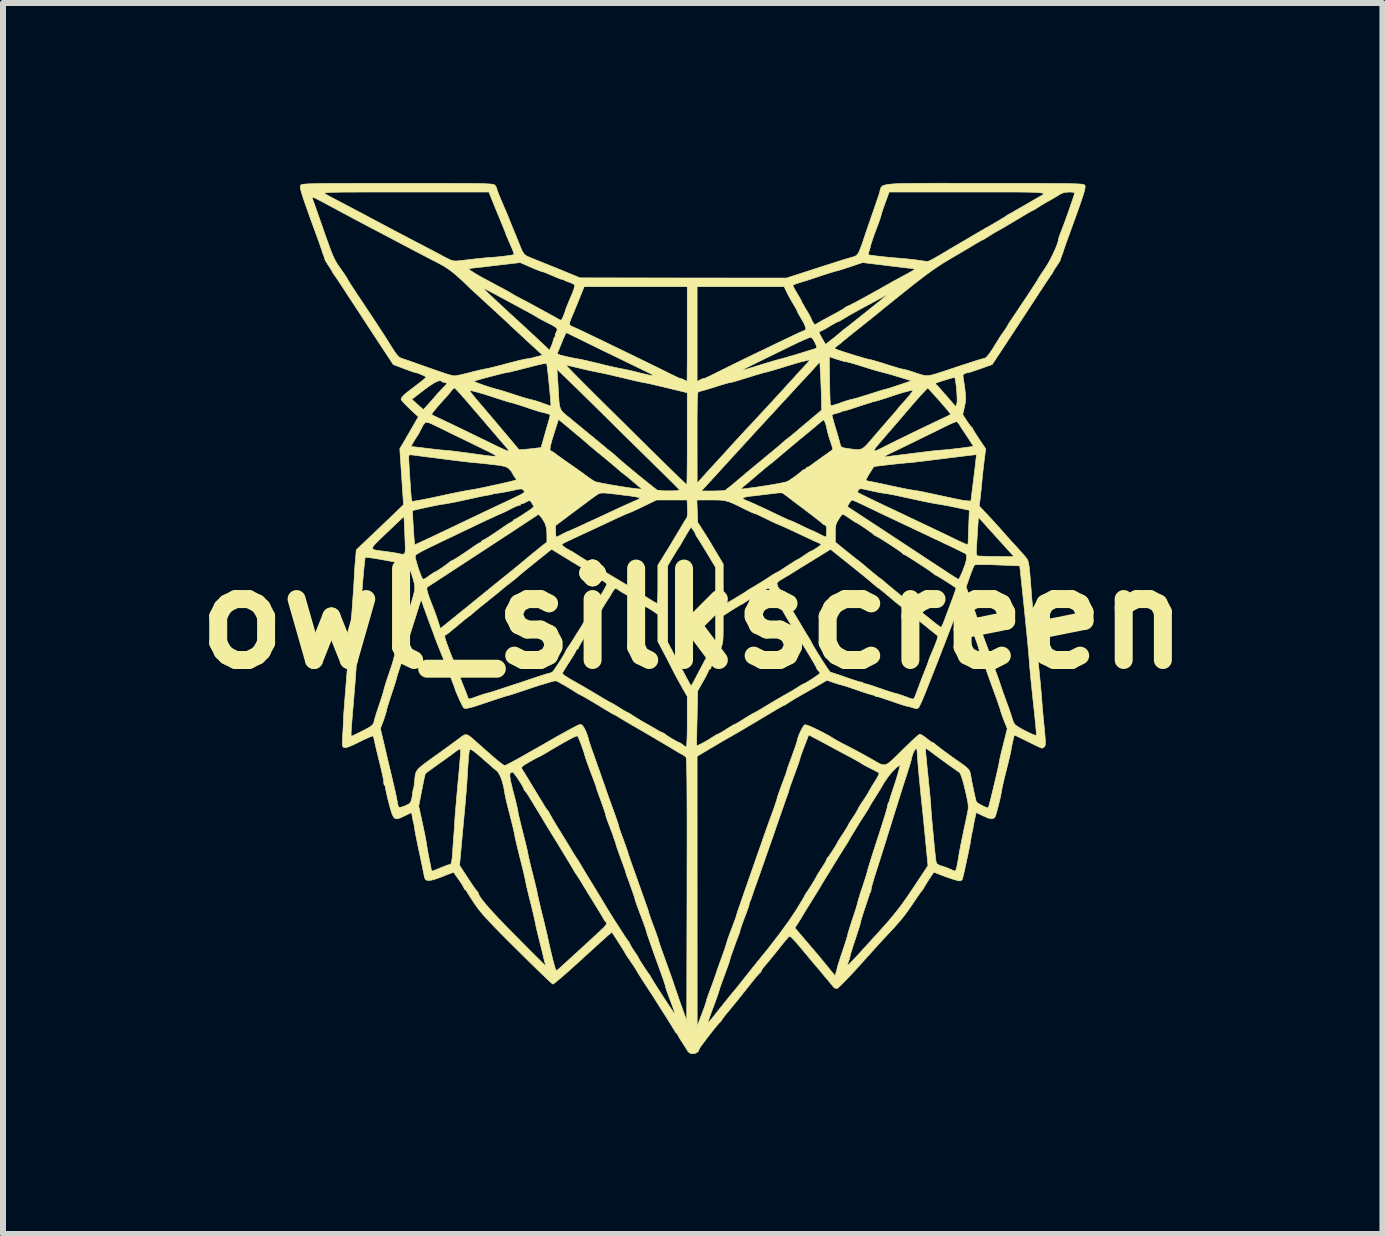
<source format=kicad_pcb>
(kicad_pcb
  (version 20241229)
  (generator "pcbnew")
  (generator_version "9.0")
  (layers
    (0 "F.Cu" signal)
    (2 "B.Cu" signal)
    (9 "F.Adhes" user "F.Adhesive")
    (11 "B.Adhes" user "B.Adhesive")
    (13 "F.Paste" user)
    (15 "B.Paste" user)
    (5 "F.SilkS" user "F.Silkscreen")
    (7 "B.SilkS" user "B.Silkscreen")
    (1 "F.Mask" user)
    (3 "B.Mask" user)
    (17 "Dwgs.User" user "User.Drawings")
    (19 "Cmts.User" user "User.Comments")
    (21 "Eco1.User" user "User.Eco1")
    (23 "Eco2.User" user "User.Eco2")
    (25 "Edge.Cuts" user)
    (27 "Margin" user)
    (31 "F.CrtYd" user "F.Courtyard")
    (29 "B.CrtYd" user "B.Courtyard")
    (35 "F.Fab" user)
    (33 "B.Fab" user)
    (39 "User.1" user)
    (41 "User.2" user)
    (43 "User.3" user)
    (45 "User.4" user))
  (footprint "owl_silkscreen"
    (layer "F.Cu")
    (at 8.498 7.263)
    (property "Reference" "owl_silkscreen" (at 0 0 0) (layer "F.SilkS") (effects (font (size 1.524 1.524) (thickness 0.3))))
    (attr through_hole)
    (fp_poly (pts (xy 4.199 -7.258) (xy 4.435 -7.257) (xy 4.704 -7.257) (xy 4.854 -7.257) (xy 5.139 -7.257) (xy 5.389 -7.257) (xy 5.608 -7.257) (xy 5.797 -7.256) (xy 5.959 -7.255) (xy 6.095 -7.254) (xy 6.207 -7.253) (xy 6.299 -7.251) (xy 6.372 -7.249) (xy 6.428 -7.247) (xy 6.47 -7.244) (xy 6.499 -7.24) (xy 6.518 -7.237) (xy 6.529 -7.232) (xy 6.532 -7.229) (xy 6.539 -7.219) (xy 6.542 -7.204) (xy 6.541 -7.183) (xy 6.535 -7.152) (xy 6.524 -7.109) (xy 6.506 -7.05) (xy 6.48 -6.973) (xy 6.446 -6.874) (xy 6.403 -6.753) (xy 6.349 -6.604) (xy 6.285 -6.426) (xy 6.238 -6.298) (xy 6.213 -6.227) (xy 6.193 -6.169) (xy 6.18 -6.132) (xy 6.178 -6.125) (xy 6.169 -6.095) (xy 6.153 -6.054) (xy 6.138 -6.013) (xy 6.132 -5.988) (xy 6.123 -5.966) (xy 6.098 -5.925) (xy 6.069 -5.881) (xy 6.035 -5.831) (xy 6.012 -5.793) (xy 6.005 -5.778) (xy 5.995 -5.757) (xy 5.986 -5.746) (xy 5.97 -5.724) (xy 5.938 -5.677) (xy 5.894 -5.611) (xy 5.842 -5.532) (xy 5.807 -5.479) (xy 5.663 -5.258) (xy 5.536 -5.064) (xy 5.427 -4.897) (xy 5.332 -4.752) (xy 5.251 -4.629) (xy 5.182 -4.524) (xy 5.124 -4.436) (xy 5.124 -4.436) (xy 4.992 -4.236) (xy 4.814 -4.173) (xy 4.739 -4.147) (xy 4.678 -4.126) (xy 4.638 -4.112) (xy 4.626 -4.109) (xy 4.556 -4.094) (xy 4.517 -4.076) (xy 4.504 -4.051) (xy 4.506 -4.04) (xy 4.512 -4.005) (xy 4.521 -3.944) (xy 4.532 -3.869) (xy 4.537 -3.828) (xy 4.547 -3.738) (xy 4.55 -3.67) (xy 4.546 -3.61) (xy 4.533 -3.544) (xy 4.53 -3.529) (xy 4.501 -3.402) (xy 4.568 -3.298) (xy 4.604 -3.246) (xy 4.633 -3.208) (xy 4.649 -3.193) (xy 4.649 -3.193) (xy 4.662 -3.179) (xy 4.663 -3.176) (xy 4.672 -3.155) (xy 4.698 -3.111) (xy 4.737 -3.051) (xy 4.773 -2.995) (xy 4.884 -2.832) (xy 4.864 -2.672) (xy 4.849 -2.551) (xy 4.838 -2.455) (xy 4.83 -2.374) (xy 4.822 -2.297) (xy 4.815 -2.223) (xy 4.807 -2.137) (xy 4.797 -2.046) (xy 4.79 -1.987) (xy 4.776 -1.878) (xy 4.851 -1.798) (xy 4.927 -1.717) (xy 4.987 -1.653) (xy 5.04 -1.595) (xy 5.095 -1.534) (xy 5.153 -1.469) (xy 5.219 -1.394) (xy 5.27 -1.337) (xy 5.313 -1.289) (xy 5.357 -1.241) (xy 5.41 -1.184) (xy 5.416 -1.177) (xy 5.468 -1.119) (xy 5.521 -1.059) (xy 5.545 -1.031) (xy 5.561 -1.011) (xy 5.575 -0.992) (xy 5.586 -0.97) (xy 5.595 -0.941) (xy 5.603 -0.901) (xy 5.611 -0.846) (xy 5.618 -0.77) (xy 5.627 -0.672) (xy 5.637 -0.545) (xy 5.649 -0.387) (xy 5.65 -0.381) (xy 5.654 -0.32) (xy 5.66 -0.259) (xy 5.665 -0.193) (xy 5.672 -0.118) (xy 5.681 -0.03) (xy 5.692 0.075) (xy 5.705 0.203) (xy 5.721 0.358) (xy 5.741 0.544) (xy 5.744 0.572) (xy 5.76 0.723) (xy 5.775 0.871) (xy 5.788 1.008) (xy 5.8 1.129) (xy 5.809 1.228) (xy 5.815 1.3) (xy 5.817 1.324) (xy 5.822 1.396) (xy 5.83 1.494) (xy 5.84 1.607) (xy 5.851 1.726) (xy 5.858 1.794) (xy 5.869 1.91) (xy 5.876 1.996) (xy 5.879 2.056) (xy 5.878 2.095) (xy 5.873 2.12) (xy 5.865 2.134) (xy 5.865 2.134) (xy 5.836 2.155) (xy 5.822 2.159) (xy 5.801 2.151) (xy 5.753 2.13) (xy 5.686 2.098) (xy 5.607 2.059) (xy 5.588 2.05) (xy 5.508 2.01) (xy 5.44 1.977) (xy 5.39 1.953) (xy 5.366 1.942) (xy 5.364 1.941) (xy 5.357 1.957) (xy 5.346 1.999) (xy 5.333 2.055) (xy 5.32 2.116) (xy 5.31 2.171) (xy 5.307 2.191) (xy 5.3 2.226) (xy 5.286 2.289) (xy 5.267 2.37) (xy 5.244 2.464) (xy 5.236 2.495) (xy 5.206 2.614) (xy 5.184 2.705) (xy 5.168 2.774) (xy 5.157 2.827) (xy 5.148 2.872) (xy 5.143 2.908) (xy 5.133 2.958) (xy 5.117 3.029) (xy 5.097 3.109) (xy 5.077 3.187) (xy 5.059 3.252) (xy 5.045 3.294) (xy 5.044 3.297) (xy 5.02 3.328) (xy 4.981 3.336) (xy 4.922 3.323) (xy 4.839 3.287) (xy 4.835 3.285) (xy 4.726 3.232) (xy 4.705 3.325) (xy 4.69 3.394) (xy 4.678 3.459) (xy 4.674 3.483) (xy 4.665 3.534) (xy 4.656 3.572) (xy 4.655 3.574) (xy 4.647 3.609) (xy 4.639 3.661) (xy 4.637 3.674) (xy 4.631 3.718) (xy 4.618 3.785) (xy 4.601 3.87) (xy 4.581 3.965) (xy 4.56 4.063) (xy 4.54 4.157) (xy 4.521 4.24) (xy 4.505 4.305) (xy 4.494 4.345) (xy 4.49 4.354) (xy 4.464 4.37) (xy 4.448 4.372) (xy 4.415 4.366) (xy 4.358 4.35) (xy 4.285 4.326) (xy 4.207 4.299) (xy 4.132 4.271) (xy 4.094 4.255) (xy 4.05 4.238) (xy 4.022 4.23) (xy 4.019 4.231) (xy 4.001 4.254) (xy 3.972 4.297) (xy 3.936 4.351) (xy 3.901 4.407) (xy 3.87 4.457) (xy 3.851 4.491) (xy 3.846 4.5) (xy 3.833 4.52) (xy 3.832 4.521) (xy 3.817 4.537) (xy 3.787 4.578) (xy 3.745 4.638) (xy 3.697 4.71) (xy 3.692 4.717) (xy 3.634 4.803) (xy 3.572 4.891) (xy 3.514 4.967) (xy 3.476 5.015) (xy 3.434 5.063) (xy 3.399 5.104) (xy 3.364 5.143) (xy 3.323 5.188) (xy 3.269 5.246) (xy 3.21 5.309) (xy 3.175 5.346) (xy 3.121 5.405) (xy 3.05 5.483) (xy 2.968 5.574) (xy 2.878 5.674) (xy 2.784 5.778) (xy 2.784 5.779) (xy 2.694 5.878) (xy 2.61 5.967) (xy 2.536 6.045) (xy 2.475 6.106) (xy 2.431 6.147) (xy 2.407 6.165) (xy 2.405 6.166) (xy 2.367 6.158) (xy 2.346 6.14) (xy 2.318 6.104) (xy 2.282 6.061) (xy 2.282 6.061) (xy 2.249 6.022) (xy 2.203 5.968) (xy 2.159 5.914) (xy 2.118 5.864) (xy 2.085 5.825) (xy 2.068 5.806) (xy 2.067 5.806) (xy 2.053 5.789) (xy 2.02 5.75) (xy 1.97 5.691) (xy 1.91 5.618) (xy 1.843 5.538) (xy 1.764 5.443) (xy 1.704 5.375) (xy 1.66 5.329) (xy 1.631 5.304) (xy 1.612 5.296) (xy 1.605 5.299) (xy 1.585 5.32) (xy 1.548 5.364) (xy 1.498 5.424) (xy 1.442 5.495) (xy 1.43 5.51) (xy 1.367 5.589) (xy 1.305 5.665) (xy 1.252 5.73) (xy 1.213 5.774) (xy 1.212 5.776) (xy 1.174 5.822) (xy 1.149 5.859) (xy 1.143 5.874) (xy 1.134 5.895) (xy 1.129 5.896) (xy 1.113 5.91) (xy 1.08 5.947) (xy 1.032 6.004) (xy 0.975 6.075) (xy 0.934 6.126) (xy 0.867 6.211) (xy 0.802 6.293) (xy 0.746 6.363) (xy 0.703 6.415) (xy 0.689 6.432) (xy 0.608 6.531) (xy 0.547 6.605) (xy 0.507 6.657) (xy 0.485 6.689) (xy 0.482 6.693) (xy 0.461 6.722) (xy 0.452 6.731) (xy 0.432 6.751) (xy 0.396 6.793) (xy 0.349 6.851) (xy 0.296 6.918) (xy 0.242 6.988) (xy 0.192 7.055) (xy 0.149 7.112) (xy 0.12 7.154) (xy 0.109 7.175) (xy 0.109 7.175) (xy 0.093 7.215) (xy 0.055 7.242) (xy 0.006 7.254) (xy -0.042 7.247) (xy -0.076 7.219) (xy -0.077 7.218) (xy -0.098 7.184) (xy -0.132 7.13) (xy -0.172 7.068) (xy -0.177 7.061) (xy -0.214 7.004) (xy -0.241 6.957) (xy -0.254 6.93) (xy -0.254 6.928) (xy -0.266 6.912) (xy -0.268 6.912) (xy -0.285 6.898) (xy -0.301 6.871) (xy -0.318 6.842) (xy -0.336 6.813) (xy 0.054 6.813) (xy 0.064 6.822) (xy 0.073 6.813) (xy 0.064 6.804) (xy 0.054 6.813) (xy -0.336 6.813) (xy -0.35 6.789) (xy -0.392 6.722) (xy -0.091 6.722) (xy -0.082 6.731) (xy -0.073 6.722) (xy -0.082 6.713) (xy -0.091 6.722) (xy -0.392 6.722) (xy -0.394 6.718) (xy -0.445 6.638) (xy -0.464 6.607) (xy -0.517 6.525) (xy -0.563 6.452) (xy -0.6 6.394) (xy -0.623 6.358) (xy -0.627 6.351) (xy -0.648 6.316) (xy -0.68 6.266) (xy -0.692 6.248) (xy -0.74 6.176) (xy -0.792 6.096) (xy -0.843 6.017) (xy -0.888 5.946) (xy -0.922 5.891) (xy -0.938 5.863) (xy -0.96 5.827) (xy -0.995 5.773) (xy -1.037 5.712) (xy -1.043 5.703) (xy -1.082 5.647) (xy -1.11 5.604) (xy -1.124 5.58) (xy -1.125 5.578) (xy -1.134 5.561) (xy -1.159 5.52) (xy -1.196 5.461) (xy -1.236 5.398) (xy -1.347 5.226) (xy -1.404 5.273) (xy -1.431 5.297) (xy -1.481 5.342) (xy -1.551 5.405) (xy -1.635 5.482) (xy -1.732 5.57) (xy -1.836 5.665) (xy -1.884 5.709) (xy -1.989 5.804) (xy -2.085 5.89) (xy -2.171 5.965) (xy -2.242 6.025) (xy -2.294 6.068) (xy -2.326 6.09) (xy -2.333 6.092) (xy -2.35 6.079) (xy -2.391 6.042) (xy -2.451 5.985) (xy -2.53 5.91) (xy -2.623 5.82) (xy -2.728 5.717) (xy -2.842 5.604) (xy -2.932 5.515) (xy -3.078 5.37) (xy -3.201 5.246) (xy -3.303 5.142) (xy -3.387 5.054) (xy -3.456 4.98) (xy -3.512 4.916) (xy -3.558 4.86) (xy -3.597 4.809) (xy -3.627 4.766) (xy -3.676 4.693) (xy -3.718 4.627) (xy -3.75 4.578) (xy -3.764 4.553) (xy -3.784 4.525) (xy -3.796 4.518) (xy -3.809 4.503) (xy -3.81 4.498) (xy -3.82 4.475) (xy -3.846 4.431) (xy -3.883 4.374) (xy -3.895 4.358) (xy -3.935 4.301) (xy -3.966 4.257) (xy -3.982 4.233) (xy -3.984 4.231) (xy -4.001 4.234) (xy -4.042 4.248) (xy -4.094 4.268) (xy -4.215 4.316) (xy -4.308 4.348) (xy -4.377 4.364) (xy -4.424 4.364) (xy -4.454 4.349) (xy -4.471 4.318) (xy -4.476 4.292) (xy -4.482 4.258) (xy -4.495 4.196) (xy -4.512 4.111) (xy -4.533 4.011) (xy -4.556 3.903) (xy -4.58 3.792) (xy -4.601 3.688) (xy -4.619 3.598) (xy -4.631 3.531) (xy -4.637 3.493) (xy -4.645 3.439) (xy -4.653 3.4) (xy -4.655 3.394) (xy -4.664 3.36) (xy -4.673 3.309) (xy -4.674 3.304) (xy -4.682 3.26) (xy -4.687 3.236) (xy -4.688 3.235) (xy -4.704 3.24) (xy -4.744 3.259) (xy -4.799 3.286) (xy -4.867 3.318) (xy -4.917 3.336) (xy -4.955 3.335) (xy -4.984 3.312) (xy -5.009 3.265) (xy -5.034 3.189) (xy -5.063 3.081) (xy -5.064 3.075) (xy -5.088 2.984) (xy -5.106 2.906) (xy -5.118 2.847) (xy -5.124 2.813) (xy -5.123 2.809) (xy -5.128 2.79) (xy -5.133 2.786) (xy -5.148 2.76) (xy -5.15 2.744) (xy -5.152 2.712) (xy -5.159 2.667) (xy -5.172 2.604) (xy -5.191 2.518) (xy -5.219 2.404) (xy -5.235 2.34) (xy -5.258 2.245) (xy -5.279 2.158) (xy -5.295 2.086) (xy -5.305 2.039) (xy -5.307 2.034) (xy -5.316 1.987) (xy -5.326 1.958) (xy -5.327 1.957) (xy -5.345 1.959) (xy -5.39 1.976) (xy -5.454 2.004) (xy -5.532 2.041) (xy -5.552 2.052) (xy -5.653 2.101) (xy -5.727 2.133) (xy -5.777 2.149) (xy -5.807 2.15) (xy -5.808 2.149) (xy -5.823 2.143) (xy -5.834 2.132) (xy -5.839 2.11) (xy -5.841 2.072) (xy -5.839 2.011) (xy -5.835 1.926) (xy -5.695 1.926) (xy -5.694 1.947) (xy -5.692 1.957) (xy -5.688 1.959) (xy -5.687 1.959) (xy -5.668 1.952) (xy -5.624 1.931) (xy -5.563 1.901) (xy -5.519 1.879) (xy -5.435 1.836) (xy -5.429 1.832) (xy -5.207 1.832) (xy -5.15 2.073) (xy -5.126 2.175) (xy -5.097 2.3) (xy -5.065 2.436) (xy -5.033 2.569) (xy -5.016 2.64) (xy -4.99 2.75) (xy -4.966 2.854) (xy -4.946 2.943) (xy -4.932 3.012) (xy -4.926 3.048) (xy -4.916 3.101) (xy -4.904 3.137) (xy -4.899 3.145) (xy -4.876 3.146) (xy -4.831 3.135) (xy -4.804 3.125) (xy -4.568 3.125) (xy -4.506 3.408) (xy -4.484 3.512) (xy -4.464 3.61) (xy -4.448 3.693) (xy -4.438 3.753) (xy -4.435 3.772) (xy -4.427 3.826) (xy -4.413 3.903) (xy -4.397 3.988) (xy -4.39 4.024) (xy -4.374 4.098) (xy -4.363 4.157) (xy -4.356 4.194) (xy -4.354 4.202) (xy -4.35 4.208) (xy -4.333 4.205) (xy -4.298 4.193) (xy -4.238 4.168) (xy -4.206 4.155) (xy -4.142 4.129) (xy -4.1 4.113) (xy -3.887 4.113) (xy -3.746 4.329) (xy -3.694 4.407) (xy -3.649 4.473) (xy -3.614 4.522) (xy -3.593 4.548) (xy -3.589 4.551) (xy -3.574 4.572) (xy -3.574 4.575) (xy -3.561 4.613) (xy -3.521 4.673) (xy -3.454 4.757) (xy -3.36 4.864) (xy -3.239 4.995) (xy -3.091 5.149) (xy -2.94 5.302) (xy -2.832 5.411) (xy -2.732 5.512) (xy -2.643 5.601) (xy -2.567 5.676) (xy -2.509 5.734) (xy -2.469 5.772) (xy -2.452 5.787) (xy -2.452 5.788) (xy -2.452 5.774) (xy -2.458 5.756) (xy -2.471 5.713) (xy -2.479 5.679) (xy -2.487 5.645) (xy -2.501 5.584) (xy -2.521 5.504) (xy -2.544 5.411) (xy -2.552 5.379) (xy -2.576 5.284) (xy -2.597 5.197) (xy -2.613 5.127) (xy -2.622 5.082) (xy -2.624 5.074) (xy -2.63 5.039) (xy -2.644 4.977) (xy -2.664 4.893) (xy -2.687 4.797) (xy -2.703 4.733) (xy -2.729 4.63) (xy -2.752 4.534) (xy -2.771 4.454) (xy -2.783 4.396) (xy -2.787 4.376) (xy -2.795 4.336) (xy -2.81 4.269) (xy -2.831 4.181) (xy -2.856 4.08) (xy -2.877 3.996) (xy -2.904 3.89) (xy -2.928 3.792) (xy -2.947 3.708) (xy -2.961 3.647) (xy -2.966 3.619) (xy -2.973 3.579) (xy -2.988 3.512) (xy -3.009 3.426) (xy -3.034 3.328) (xy -3.047 3.275) (xy -3.073 3.174) (xy -3.097 3.08) (xy -3.115 3.001) (xy -3.127 2.944) (xy -3.13 2.927) (xy -3.15 2.814) (xy -3.176 2.711) (xy -3.208 2.625) (xy -3.213 2.616) (xy -3.049 2.616) (xy -3.043 2.673) (xy -3.025 2.756) (xy -3.002 2.85) (xy -2.972 2.962) (xy -2.951 3.047) (xy -2.936 3.109) (xy -2.925 3.155) (xy -2.918 3.192) (xy -2.912 3.227) (xy -2.911 3.236) (xy -2.904 3.27) (xy -2.889 3.333) (xy -2.869 3.416) (xy -2.845 3.513) (xy -2.828 3.58) (xy -2.802 3.682) (xy -2.779 3.774) (xy -2.761 3.851) (xy -2.75 3.904) (xy -2.747 3.922) (xy -2.74 3.956) (xy -2.726 4.018) (xy -2.707 4.1) (xy -2.683 4.197) (xy -2.665 4.267) (xy -2.64 4.369) (xy -2.617 4.462) (xy -2.599 4.539) (xy -2.587 4.592) (xy -2.584 4.612) (xy -2.577 4.646) (xy -2.563 4.707) (xy -2.544 4.79) (xy -2.521 4.886) (xy -2.505 4.947) (xy -2.478 5.058) (xy -2.451 5.17) (xy -2.427 5.272) (xy -2.409 5.353) (xy -2.404 5.379) (xy -2.385 5.465) (xy -2.361 5.568) (xy -2.336 5.67) (xy -2.328 5.702) (xy -2.306 5.782) (xy -2.291 5.832) (xy -2.279 5.857) (xy -2.267 5.863) (xy -2.252 5.854) (xy -2.243 5.847) (xy -2.219 5.826) (xy -2.173 5.784) (xy -2.109 5.726) (xy -2.03 5.654) (xy -1.94 5.572) (xy -1.869 5.507) (xy -1.774 5.419) (xy -1.685 5.338) (xy -1.607 5.265) (xy -1.544 5.207) (xy -1.5 5.166) (xy -1.483 5.15) (xy -1.443 5.102) (xy -1.435 5.071) (xy -1.447 5.059) (xy -1.464 5.04) (xy -1.487 5.003) (xy -1.49 4.998) (xy -1.511 4.961) (xy -1.546 4.902) (xy -1.591 4.829) (xy -1.631 4.763) (xy -1.681 4.682) (xy -1.718 4.623) (xy -1.747 4.576) (xy -1.774 4.53) (xy -1.807 4.477) (xy -1.85 4.406) (xy -1.859 4.391) (xy -1.894 4.333) (xy -1.923 4.288) (xy -1.939 4.265) (xy -1.94 4.263) (xy -1.955 4.243) (xy -1.979 4.203) (xy -1.987 4.189) (xy -2.008 4.152) (xy -2.045 4.091) (xy -2.093 4.011) (xy -2.148 3.921) (xy -2.206 3.825) (xy -2.263 3.732) (xy -2.316 3.647) (xy -2.331 3.621) (xy -2.355 3.583) (xy -2.392 3.522) (xy -2.438 3.447) (xy -2.486 3.367) (xy -2.534 3.286) (xy -2.58 3.211) (xy -2.617 3.151) (xy -2.64 3.113) (xy -2.67 3.063) (xy -2.709 3) (xy -2.73 2.965) (xy -2.761 2.916) (xy -2.787 2.881) (xy -2.798 2.87) (xy -2.812 2.849) (xy -2.812 2.847) (xy -2.822 2.821) (xy -2.846 2.776) (xy -2.881 2.72) (xy -2.919 2.662) (xy -2.956 2.61) (xy -2.986 2.572) (xy -3.003 2.558) (xy -3.029 2.563) (xy -3.045 2.581) (xy -3.049 2.616) (xy -3.213 2.616) (xy -3.242 2.564) (xy -3.26 2.543) (xy -3.306 2.505) (xy -3.321 2.492) (xy -2.852 2.492) (xy -2.843 2.511) (xy -2.824 2.542) (xy -2.791 2.595) (xy -2.749 2.664) (xy -2.711 2.727) (xy -2.664 2.805) (xy -2.62 2.877) (xy -2.585 2.935) (xy -2.567 2.964) (xy -2.537 3.014) (xy -2.498 3.077) (xy -2.477 3.113) (xy -2.446 3.162) (xy -2.42 3.197) (xy -2.409 3.208) (xy -2.395 3.229) (xy -2.395 3.23) (xy -2.386 3.25) (xy -2.361 3.295) (xy -2.324 3.359) (xy -2.278 3.436) (xy -2.258 3.469) (xy -2.207 3.551) (xy -2.161 3.626) (xy -2.125 3.685) (xy -2.103 3.721) (xy -2.099 3.728) (xy -2.079 3.76) (xy -2.047 3.813) (xy -2.01 3.875) (xy -2.006 3.882) (xy -1.97 3.94) (xy -1.941 3.985) (xy -1.925 4.008) (xy -1.924 4.01) (xy -1.91 4.03) (xy -1.886 4.07) (xy -1.878 4.084) (xy -1.855 4.123) (xy -1.818 4.185) (xy -1.771 4.263) (xy -1.719 4.348) (xy -1.705 4.371) (xy -1.655 4.453) (xy -1.611 4.525) (xy -1.576 4.583) (xy -1.555 4.617) (xy -1.551 4.623) (xy -1.491 4.723) (xy -1.431 4.823) (xy -1.375 4.915) (xy -1.327 4.991) (xy -1.293 5.045) (xy -1.288 5.053) (xy -1.254 5.104) (xy -1.21 5.173) (xy -1.164 5.244) (xy -1.159 5.252) (xy -1.121 5.312) (xy -1.089 5.358) (xy -1.069 5.383) (xy -1.066 5.385) (xy -1.053 5.406) (xy -1.052 5.412) (xy -1.042 5.436) (xy -1.017 5.48) (xy -0.981 5.534) (xy -0.98 5.536) (xy -0.944 5.589) (xy -0.918 5.629) (xy -0.907 5.65) (xy -0.907 5.65) (xy -0.898 5.669) (xy -0.874 5.709) (xy -0.84 5.762) (xy -0.803 5.82) (xy -0.767 5.873) (xy -0.739 5.914) (xy -0.724 5.933) (xy -0.707 5.957) (xy -0.706 5.96) (xy -0.693 5.985) (xy -0.664 6.032) (xy -0.624 6.097) (xy -0.575 6.174) (xy -0.522 6.257) (xy -0.467 6.342) (xy -0.414 6.423) (xy -0.367 6.494) (xy -0.329 6.55) (xy -0.304 6.586) (xy -0.295 6.597) (xy -0.298 6.578) (xy -0.313 6.532) (xy -0.336 6.466) (xy -0.366 6.386) (xy -0.371 6.373) (xy -0.402 6.289) (xy -0.428 6.217) (xy -0.446 6.164) (xy -0.453 6.137) (xy -0.454 6.135) (xy -0.459 6.111) (xy -0.475 6.061) (xy -0.499 5.991) (xy -0.524 5.92) (xy -0.591 5.735) (xy -0.646 5.583) (xy -0.69 5.459) (xy -0.723 5.363) (xy -0.748 5.292) (xy -0.764 5.243) (xy -0.773 5.214) (xy -0.775 5.206) (xy -0.782 5.179) (xy -0.801 5.126) (xy -0.827 5.052) (xy -0.86 4.966) (xy -0.87 4.938) (xy -0.903 4.851) (xy -0.931 4.775) (xy -0.951 4.717) (xy -0.961 4.684) (xy -0.962 4.68) (xy -0.967 4.657) (xy -0.983 4.609) (xy -1.006 4.542) (xy -1.034 4.465) (xy -1.062 4.385) (xy -1.09 4.311) (xy -1.102 4.282) (xy -1.115 4.239) (xy -1.118 4.224) (xy -1.127 4.195) (xy -1.146 4.141) (xy -1.172 4.069) (xy -1.199 3.997) (xy -1.229 3.914) (xy -1.255 3.841) (xy -1.274 3.784) (xy -1.281 3.757) (xy -1.293 3.715) (xy -1.302 3.693) (xy -1.316 3.658) (xy -1.319 3.647) (xy -1.327 3.619) (xy -1.346 3.566) (xy -1.372 3.498) (xy -1.387 3.458) (xy -1.415 3.385) (xy -1.437 3.325) (xy -1.449 3.284) (xy -1.451 3.274) (xy -1.457 3.248) (xy -1.473 3.197) (xy -1.497 3.129) (xy -1.517 3.073) (xy -1.545 2.996) (xy -1.569 2.93) (xy -1.586 2.883) (xy -1.592 2.867) (xy -1.605 2.824) (xy -1.608 2.812) (xy -1.616 2.786) (xy -1.635 2.733) (xy -1.662 2.661) (xy -1.694 2.577) (xy -1.698 2.567) (xy -1.731 2.478) (xy -1.761 2.396) (xy -1.784 2.329) (xy -1.797 2.287) (xy -1.797 2.286) (xy -1.811 2.236) (xy -1.833 2.171) (xy -1.858 2.101) (xy -1.883 2.036) (xy -1.905 1.984) (xy -1.919 1.957) (xy -1.92 1.955) (xy -1.942 1.958) (xy -1.994 1.981) (xy -2.076 2.024) (xy -2.188 2.087) (xy -2.329 2.169) (xy -2.407 2.215) (xy -2.472 2.254) (xy -2.525 2.284) (xy -2.559 2.301) (xy -2.566 2.304) (xy -2.586 2.313) (xy -2.629 2.336) (xy -2.688 2.369) (xy -2.722 2.388) (xy -2.79 2.428) (xy -2.831 2.456) (xy -2.85 2.475) (xy -2.852 2.492) (xy -3.321 2.492) (xy -3.347 2.47) (xy -3.347 2.469) (xy -3.457 2.373) (xy -3.542 2.298) (xy -3.607 2.244) (xy -3.654 2.207) (xy -3.686 2.187) (xy -3.706 2.179) (xy -3.717 2.183) (xy -3.72 2.189) (xy -3.727 2.22) (xy -3.734 2.282) (xy -3.742 2.376) (xy -3.751 2.503) (xy -3.76 2.664) (xy -3.765 2.74) (xy -3.768 2.781) (xy -3.773 2.854) (xy -3.782 2.953) (xy -3.792 3.073) (xy -3.804 3.209) (xy -3.818 3.357) (xy -3.829 3.476) (xy -3.887 4.113) (xy -4.1 4.113) (xy -4.088 4.109) (xy -4.057 4.1) (xy -4.054 4.1) (xy -4.038 4.096) (xy -4.027 4.079) (xy -4.018 4.044) (xy -4.01 3.986) (xy -4.003 3.898) (xy -4.001 3.864) (xy -3.995 3.776) (xy -3.989 3.69) (xy -3.983 3.62) (xy -3.982 3.601) (xy -3.977 3.539) (xy -3.971 3.456) (xy -3.966 3.37) (xy -3.966 3.356) (xy -3.962 3.297) (xy -3.955 3.207) (xy -3.945 3.095) (xy -3.934 2.967) (xy -3.922 2.829) (xy -3.91 2.698) (xy -3.897 2.566) (xy -3.887 2.445) (xy -3.878 2.342) (xy -3.872 2.259) (xy -3.868 2.202) (xy -3.868 2.176) (xy -3.868 2.175) (xy -3.884 2.174) (xy -3.918 2.191) (xy -3.93 2.199) (xy -3.981 2.237) (xy -4.027 2.271) (xy -4.03 2.273) (xy -4.061 2.296) (xy -4.114 2.335) (xy -4.183 2.384) (xy -4.258 2.437) (xy -4.26 2.439) (xy -4.331 2.49) (xy -4.392 2.534) (xy -4.435 2.565) (xy -4.455 2.581) (xy -4.456 2.581) (xy -4.462 2.601) (xy -4.474 2.65) (xy -4.489 2.722) (xy -4.507 2.811) (xy -4.516 2.857) (xy -4.568 3.125) (xy -4.804 3.125) (xy -4.793 3.12) (xy -4.744 3.097) (xy -4.713 3.074) (xy -4.694 3.04) (xy -4.681 2.987) (xy -4.671 2.915) (xy -4.664 2.866) (xy -4.656 2.834) (xy -4.654 2.831) (xy -4.648 2.807) (xy -4.641 2.758) (xy -4.636 2.706) (xy -4.631 2.649) (xy -4.625 2.603) (xy -4.614 2.565) (xy -4.596 2.531) (xy -4.566 2.496) (xy -4.521 2.456) (xy -4.457 2.407) (xy -4.371 2.344) (xy -4.27 2.272) (xy -4.171 2.201) (xy -4.095 2.146) (xy -4.036 2.103) (xy -3.987 2.067) (xy -3.941 2.033) (xy -3.892 1.997) (xy -3.87 1.98) (xy -3.831 1.952) (xy -3.799 1.936) (xy -3.769 1.935) (xy -3.733 1.95) (xy -3.687 1.985) (xy -3.623 2.041) (xy -3.581 2.079) (xy -3.441 2.203) (xy -3.328 2.302) (xy -3.24 2.376) (xy -3.178 2.424) (xy -3.142 2.447) (xy -3.135 2.449) (xy -3.112 2.441) (xy -3.063 2.417) (xy -2.994 2.38) (xy -2.911 2.335) (xy -2.83 2.289) (xy -2.737 2.236) (xy -2.652 2.188) (xy -2.582 2.149) (xy -2.534 2.121) (xy -2.513 2.109) (xy -2.479 2.09) (xy -2.425 2.059) (xy -2.368 2.026) (xy -2.26 1.964) (xy -2.144 1.899) (xy -2.033 1.839) (xy -1.946 1.793) (xy -1.899 1.77) (xy -1.87 1.764) (xy -1.849 1.773) (xy -1.837 1.783) (xy -1.811 1.819) (xy -1.782 1.878) (xy -1.755 1.947) (xy -1.735 2.016) (xy -1.734 2.023) (xy -1.724 2.059) (xy -1.705 2.115) (xy -1.687 2.168) (xy -1.665 2.229) (xy -1.634 2.315) (xy -1.597 2.42) (xy -1.557 2.533) (xy -1.517 2.648) (xy -1.479 2.755) (xy -1.447 2.847) (xy -1.424 2.912) (xy -1.406 2.965) (xy -1.378 3.042) (xy -1.346 3.132) (xy -1.313 3.221) (xy -1.283 3.305) (xy -1.258 3.377) (xy -1.241 3.431) (xy -1.234 3.458) (xy -1.234 3.459) (xy -1.228 3.483) (xy -1.211 3.533) (xy -1.187 3.602) (xy -1.159 3.676) (xy -1.129 3.758) (xy -1.104 3.829) (xy -1.086 3.882) (xy -1.078 3.908) (xy -1.07 3.936) (xy -1.051 3.992) (xy -1.025 4.067) (xy -0.994 4.155) (xy -0.982 4.189) (xy -0.942 4.299) (xy -0.9 4.418) (xy -0.86 4.531) (xy -0.827 4.624) (xy -0.826 4.626) (xy -0.798 4.706) (xy -0.774 4.775) (xy -0.756 4.824) (xy -0.749 4.844) (xy -0.736 4.887) (xy -0.732 4.902) (xy -0.724 4.931) (xy -0.705 4.985) (xy -0.679 5.057) (xy -0.652 5.129) (xy -0.622 5.211) (xy -0.596 5.283) (xy -0.577 5.338) (xy -0.57 5.364) (xy -0.561 5.395) (xy -0.542 5.453) (xy -0.516 5.528) (xy -0.485 5.613) (xy -0.483 5.618) (xy -0.43 5.765) (xy -0.379 5.907) (xy -0.327 6.056) (xy -0.27 6.223) (xy -0.251 6.277) (xy -0.22 6.37) (xy -0.184 6.47) (xy -0.153 6.559) (xy -0.149 6.568) (xy -0.1 6.704) (xy -0.095 4.52) (xy -0.095 4.163) (xy -0.094 3.841) (xy -0.094 3.554) (xy -0.094 3.3) (xy -0.095 3.077) (xy -0.096 2.885) (xy -0.097 2.723) (xy -0.099 2.59) (xy -0.101 2.483) (xy -0.103 2.404) (xy -0.106 2.349) (xy -0.109 2.318) (xy -0.111 2.311) (xy -0.129 2.295) (xy 0.073 2.295) (xy 0.074 6.795) (xy 0.102 6.723) (xy 0.254 6.723) (xy 0.257 6.729) (xy 0.268 6.723) (xy 0.289 6.7) (xy 0.325 6.659) (xy 0.377 6.594) (xy 0.437 6.518) (xy 0.502 6.437) (xy 0.563 6.36) (xy 0.616 6.295) (xy 0.653 6.249) (xy 0.661 6.239) (xy 0.701 6.192) (xy 0.736 6.15) (xy 0.744 6.14) (xy 0.767 6.111) (xy 0.806 6.062) (xy 0.855 6) (xy 0.894 5.951) (xy 0.946 5.885) (xy 0.991 5.829) (xy 1.023 5.789) (xy 1.035 5.774) (xy 1.247 5.513) (xy 1.433 5.273) (xy 1.518 5.156) (xy 1.703 5.156) (xy 1.792 5.259) (xy 1.842 5.318) (xy 1.89 5.374) (xy 1.924 5.414) (xy 1.961 5.458) (xy 2.009 5.514) (xy 2.041 5.551) (xy 2.084 5.601) (xy 2.14 5.669) (xy 2.202 5.745) (xy 2.241 5.792) (xy 2.292 5.855) (xy 2.334 5.907) (xy 2.362 5.94) (xy 2.371 5.951) (xy 2.378 5.935) (xy 2.39 5.897) (xy 2.394 5.883) (xy 2.406 5.836) (xy 2.413 5.805) (xy 2.414 5.802) (xy 2.42 5.781) (xy 2.421 5.775) (xy 2.58 5.775) (xy 2.587 5.775) (xy 2.604 5.762) (xy 2.633 5.734) (xy 2.675 5.69) (xy 2.734 5.628) (xy 2.81 5.544) (xy 2.906 5.439) (xy 3.024 5.309) (xy 3.059 5.271) (xy 3.173 5.144) (xy 3.268 5.037) (xy 3.347 4.942) (xy 3.418 4.854) (xy 3.485 4.765) (xy 3.554 4.669) (xy 3.629 4.559) (xy 3.672 4.495) (xy 3.922 4.118) (xy 3.892 3.805) (xy 3.881 3.697) (xy 3.868 3.562) (xy 3.853 3.41) (xy 3.837 3.25) (xy 3.82 3.093) (xy 3.811 3.003) (xy 3.797 2.869) (xy 3.785 2.742) (xy 3.774 2.63) (xy 3.765 2.536) (xy 3.759 2.468) (xy 3.756 2.431) (xy 3.752 2.37) (xy 3.748 2.316) (xy 3.747 2.304) (xy 3.743 2.25) (xy 3.74 2.207) (xy 3.74 2.202) (xy 3.883 2.202) (xy 3.884 2.233) (xy 3.89 2.294) (xy 3.898 2.379) (xy 3.908 2.483) (xy 3.92 2.6) (xy 3.926 2.661) (xy 3.938 2.781) (xy 3.949 2.89) (xy 3.958 2.982) (xy 3.965 3.051) (xy 3.968 3.093) (xy 3.969 3.102) (xy 3.97 3.137) (xy 3.974 3.202) (xy 3.981 3.289) (xy 3.99 3.393) (xy 4.001 3.508) (xy 4.012 3.626) (xy 4.023 3.742) (xy 4.033 3.848) (xy 4.043 3.939) (xy 4.051 4.008) (xy 4.056 4.048) (xy 4.057 4.05) (xy 4.072 4.087) (xy 4.108 4.109) (xy 4.137 4.119) (xy 4.199 4.139) (xy 4.268 4.165) (xy 4.285 4.173) (xy 4.334 4.194) (xy 4.368 4.207) (xy 4.376 4.209) (xy 4.386 4.193) (xy 4.399 4.151) (xy 4.407 4.114) (xy 4.42 4.045) (xy 4.431 3.978) (xy 4.435 3.954) (xy 4.441 3.914) (xy 4.454 3.847) (xy 4.471 3.759) (xy 4.492 3.658) (xy 4.506 3.591) (xy 4.528 3.484) (xy 4.55 3.383) (xy 4.568 3.296) (xy 4.581 3.232) (xy 4.586 3.207) (xy 4.592 3.168) (xy 4.593 3.126) (xy 4.588 3.074) (xy 4.575 3.005) (xy 4.555 2.912) (xy 4.541 2.854) (xy 4.511 2.732) (xy 4.484 2.643) (xy 4.462 2.586) (xy 4.448 2.565) (xy 4.353 2.498) (xy 4.265 2.436) (xy 4.191 2.382) (xy 4.133 2.341) (xy 4.099 2.315) (xy 4.091 2.31) (xy 4.068 2.292) (xy 4.025 2.26) (xy 3.978 2.225) (xy 3.883 2.156) (xy 3.883 2.202) (xy 3.74 2.202) (xy 3.735 2.172) (xy 3.723 2.168) (xy 3.71 2.177) (xy 3.69 2.208) (xy 3.667 2.262) (xy 3.648 2.326) (xy 3.64 2.368) (xy 3.633 2.391) (xy 3.618 2.443) (xy 3.595 2.515) (xy 3.567 2.604) (xy 3.549 2.659) (xy 3.524 2.736) (xy 3.5 2.811) (xy 3.476 2.886) (xy 3.451 2.967) (xy 3.422 3.058) (xy 3.389 3.164) (xy 3.35 3.288) (xy 3.304 3.436) (xy 3.249 3.612) (xy 3.219 3.71) (xy 3.181 3.831) (xy 3.138 3.966) (xy 3.096 4.1) (xy 3.058 4.216) (xy 3.055 4.227) (xy 3.026 4.319) (xy 3.002 4.4) (xy 2.984 4.464) (xy 2.976 4.504) (xy 2.975 4.51) (xy 2.969 4.547) (xy 2.962 4.561) (xy 2.948 4.585) (xy 2.947 4.587) (xy 2.942 4.608) (xy 2.927 4.656) (xy 2.904 4.724) (xy 2.879 4.8) (xy 2.851 4.884) (xy 2.827 4.959) (xy 2.809 5.016) (xy 2.802 5.045) (xy 2.792 5.086) (xy 2.787 5.107) (xy 2.78 5.13) (xy 2.764 5.181) (xy 2.741 5.252) (xy 2.713 5.336) (xy 2.708 5.352) (xy 2.678 5.441) (xy 2.653 5.521) (xy 2.634 5.584) (xy 2.624 5.622) (xy 2.624 5.624) (xy 2.611 5.676) (xy 2.596 5.721) (xy 2.586 5.746) (xy 2.58 5.765) (xy 2.58 5.775) (xy 2.421 5.775) (xy 2.435 5.732) (xy 2.458 5.661) (xy 2.487 5.574) (xy 2.504 5.525) (xy 2.534 5.434) (xy 2.558 5.357) (xy 2.576 5.299) (xy 2.585 5.266) (xy 2.585 5.261) (xy 2.589 5.245) (xy 2.602 5.201) (xy 2.623 5.133) (xy 2.65 5.049) (xy 2.667 4.998) (xy 2.697 4.908) (xy 2.722 4.831) (xy 2.739 4.773) (xy 2.748 4.74) (xy 2.749 4.735) (xy 2.752 4.719) (xy 2.765 4.675) (xy 2.785 4.608) (xy 2.812 4.526) (xy 2.823 4.495) (xy 2.853 4.404) (xy 2.879 4.322) (xy 2.899 4.258) (xy 2.91 4.218) (xy 2.911 4.213) (xy 2.919 4.181) (xy 2.937 4.122) (xy 2.961 4.044) (xy 2.989 3.953) (xy 2.999 3.922) (xy 3.06 3.733) (xy 3.111 3.576) (xy 3.152 3.448) (xy 3.184 3.345) (xy 3.209 3.265) (xy 3.226 3.206) (xy 3.238 3.164) (xy 3.245 3.137) (xy 3.248 3.121) (xy 3.248 3.119) (xy 3.255 3.086) (xy 3.26 3.078) (xy 3.275 3.049) (xy 3.276 3.042) (xy 3.283 3.017) (xy 3.299 2.965) (xy 3.322 2.893) (xy 3.35 2.809) (xy 3.354 2.796) (xy 3.384 2.706) (xy 3.409 2.624) (xy 3.428 2.559) (xy 3.439 2.518) (xy 3.439 2.517) (xy 3.45 2.471) (xy 3.461 2.442) (xy 3.455 2.441) (xy 3.428 2.459) (xy 3.396 2.483) (xy 3.33 2.547) (xy 3.258 2.635) (xy 3.187 2.74) (xy 3.145 2.812) (xy 3.118 2.858) (xy 3.079 2.921) (xy 3.035 2.991) (xy 3.025 3.007) (xy 2.986 3.068) (xy 2.957 3.116) (xy 2.941 3.145) (xy 2.939 3.149) (xy 2.93 3.168) (xy 2.905 3.208) (xy 2.871 3.261) (xy 2.87 3.262) (xy 2.824 3.333) (xy 2.776 3.408) (xy 2.748 3.455) (xy 2.709 3.519) (xy 2.67 3.582) (xy 2.654 3.609) (xy 2.625 3.657) (xy 2.604 3.695) (xy 2.6 3.701) (xy 2.581 3.736) (xy 2.556 3.774) (xy 2.538 3.801) (xy 2.505 3.855) (xy 2.459 3.928) (xy 2.405 4.016) (xy 2.345 4.112) (xy 2.284 4.213) (xy 2.223 4.311) (xy 2.168 4.402) (xy 2.121 4.48) (xy 2.098 4.518) (xy 2.067 4.569) (xy 2.023 4.64) (xy 1.975 4.718) (xy 1.947 4.763) (xy 1.903 4.834) (xy 1.864 4.897) (xy 1.836 4.944) (xy 1.825 4.962) (xy 1.803 4.999) (xy 1.771 5.05) (xy 1.754 5.077) (xy 1.703 5.156) (xy 1.518 5.156) (xy 1.592 5.055) (xy 1.725 4.857) (xy 1.834 4.677) (xy 1.867 4.617) (xy 1.889 4.578) (xy 1.905 4.555) (xy 1.906 4.554) (xy 1.92 4.534) (xy 1.946 4.494) (xy 1.98 4.441) (xy 2.014 4.385) (xy 2.044 4.335) (xy 2.063 4.3) (xy 2.068 4.289) (xy 2.078 4.271) (xy 2.103 4.231) (xy 2.138 4.176) (xy 2.15 4.159) (xy 2.188 4.099) (xy 2.217 4.05) (xy 2.231 4.02) (xy 2.232 4.016) (xy 2.242 3.991) (xy 2.246 3.988) (xy 2.26 3.972) (xy 2.288 3.933) (xy 2.322 3.882) (xy 2.358 3.827) (xy 2.388 3.778) (xy 2.408 3.742) (xy 2.413 3.731) (xy 2.422 3.714) (xy 2.447 3.674) (xy 2.483 3.618) (xy 2.504 3.587) (xy 2.544 3.525) (xy 2.575 3.475) (xy 2.592 3.444) (xy 2.594 3.438) (xy 2.604 3.419) (xy 2.629 3.378) (xy 2.664 3.324) (xy 2.667 3.32) (xy 2.706 3.261) (xy 2.736 3.211) (xy 2.752 3.18) (xy 2.753 3.18) (xy 2.769 3.147) (xy 2.799 3.098) (xy 2.82 3.066) (xy 2.87 2.992) (xy 2.904 2.938) (xy 2.929 2.896) (xy 2.939 2.876) (xy 2.958 2.844) (xy 2.989 2.791) (xy 3.028 2.728) (xy 3.038 2.712) (xy 3.074 2.653) (xy 3.098 2.605) (xy 3.107 2.577) (xy 3.106 2.573) (xy 3.084 2.559) (xy 3.04 2.535) (xy 2.981 2.505) (xy 2.975 2.502) (xy 2.909 2.469) (xy 2.85 2.437) (xy 2.812 2.413) (xy 2.778 2.392) (xy 2.72 2.359) (xy 2.648 2.319) (xy 2.585 2.286) (xy 2.501 2.241) (xy 2.418 2.197) (xy 2.348 2.159) (xy 2.313 2.14) (xy 2.253 2.108) (xy 2.176 2.067) (xy 2.096 2.024) (xy 2.078 2.015) (xy 1.934 1.938) (xy 1.865 2.117) (xy 1.835 2.195) (xy 1.81 2.264) (xy 1.793 2.315) (xy 1.788 2.334) (xy 1.779 2.365) (xy 1.76 2.423) (xy 1.733 2.498) (xy 1.702 2.584) (xy 1.697 2.596) (xy 1.665 2.682) (xy 1.638 2.757) (xy 1.618 2.814) (xy 1.608 2.845) (xy 1.608 2.847) (xy 1.596 2.891) (xy 1.592 2.903) (xy 1.579 2.938) (xy 1.557 2.999) (xy 1.53 3.077) (xy 1.5 3.164) (xy 1.47 3.25) (xy 1.443 3.327) (xy 1.433 3.356) (xy 1.412 3.416) (xy 1.383 3.5) (xy 1.349 3.6) (xy 1.312 3.705) (xy 1.297 3.747) (xy 1.26 3.854) (xy 1.221 3.963) (xy 1.187 4.063) (xy 1.159 4.142) (xy 1.151 4.164) (xy 1.121 4.25) (xy 1.085 4.352) (xy 1.049 4.452) (xy 1.039 4.481) (xy 1.012 4.556) (xy 0.99 4.62) (xy 0.976 4.663) (xy 0.972 4.676) (xy 0.96 4.706) (xy 0.956 4.711) (xy 0.945 4.738) (xy 0.943 4.752) (xy 0.937 4.78) (xy 0.92 4.833) (xy 0.895 4.904) (xy 0.87 4.968) (xy 0.84 5.048) (xy 0.814 5.119) (xy 0.797 5.172) (xy 0.79 5.195) (xy 0.783 5.228) (xy 0.779 5.239) (xy 0.772 5.257) (xy 0.762 5.284) (xy 0.757 5.298) (xy 0.735 5.354) (xy 0.709 5.425) (xy 0.682 5.501) (xy 0.656 5.574) (xy 0.634 5.636) (xy 0.621 5.68) (xy 0.617 5.695) (xy 0.611 5.718) (xy 0.594 5.767) (xy 0.569 5.837) (xy 0.539 5.92) (xy 0.533 5.936) (xy 0.501 6.022) (xy 0.474 6.097) (xy 0.454 6.153) (xy 0.444 6.185) (xy 0.444 6.187) (xy 0.437 6.211) (xy 0.435 6.214) (xy 0.43 6.229) (xy 0.427 6.241) (xy 0.419 6.268) (xy 0.4 6.321) (xy 0.374 6.393) (xy 0.343 6.478) (xy 0.337 6.491) (xy 0.306 6.575) (xy 0.281 6.646) (xy 0.262 6.697) (xy 0.254 6.722) (xy 0.254 6.723) (xy 0.102 6.723) (xy 0.145 6.61) (xy 0.175 6.53) (xy 0.201 6.459) (xy 0.218 6.406) (xy 0.225 6.383) (xy 0.234 6.348) (xy 0.254 6.289) (xy 0.28 6.217) (xy 0.295 6.178) (xy 0.327 6.092) (xy 0.358 6.006) (xy 0.383 5.934) (xy 0.389 5.915) (xy 0.41 5.852) (xy 0.439 5.77) (xy 0.471 5.681) (xy 0.485 5.642) (xy 0.512 5.567) (xy 0.535 5.502) (xy 0.55 5.457) (xy 0.554 5.443) (xy 0.561 5.419) (xy 0.562 5.416) (xy 0.568 5.401) (xy 0.571 5.385) (xy 0.58 5.356) (xy 0.599 5.302) (xy 0.625 5.23) (xy 0.652 5.161) (xy 0.682 5.081) (xy 0.708 5.011) (xy 0.726 4.96) (xy 0.732 4.937) (xy 0.744 4.894) (xy 0.748 4.88) (xy 0.758 4.853) (xy 0.777 4.799) (xy 0.802 4.728) (xy 0.821 4.672) (xy 0.869 4.533) (xy 0.91 4.416) (xy 0.948 4.307) (xy 0.987 4.196) (xy 1.031 4.07) (xy 1.062 3.982) (xy 1.099 3.875) (xy 1.138 3.766) (xy 1.172 3.666) (xy 1.2 3.586) (xy 1.208 3.565) (xy 1.237 3.482) (xy 1.273 3.382) (xy 1.31 3.28) (xy 1.327 3.234) (xy 1.357 3.153) (xy 1.381 3.081) (xy 1.399 3.026) (xy 1.405 3.002) (xy 1.414 2.967) (xy 1.435 2.907) (xy 1.462 2.831) (xy 1.487 2.764) (xy 1.517 2.684) (xy 1.543 2.615) (xy 1.56 2.565) (xy 1.567 2.543) (xy 1.579 2.499) (xy 1.583 2.486) (xy 1.635 2.345) (xy 1.677 2.228) (xy 1.71 2.135) (xy 1.731 2.071) (xy 1.741 2.037) (xy 1.742 2.033) (xy 1.75 1.995) (xy 1.77 1.94) (xy 1.797 1.88) (xy 1.826 1.824) (xy 1.853 1.783) (xy 1.869 1.769) (xy 1.897 1.773) (xy 1.95 1.792) (xy 2.022 1.824) (xy 2.105 1.864) (xy 2.193 1.909) (xy 2.279 1.957) (xy 2.355 2.003) (xy 2.417 2.039) (xy 2.488 2.078) (xy 2.516 2.092) (xy 2.637 2.154) (xy 2.773 2.226) (xy 2.909 2.301) (xy 3.005 2.355) (xy 3.072 2.394) (xy 3.123 2.421) (xy 3.166 2.436) (xy 3.205 2.436) (xy 3.246 2.42) (xy 3.293 2.385) (xy 3.353 2.331) (xy 3.43 2.255) (xy 3.493 2.193) (xy 3.574 2.114) (xy 3.647 2.043) (xy 3.709 1.986) (xy 3.755 1.946) (xy 3.78 1.927) (xy 3.783 1.926) (xy 3.81 1.934) (xy 3.853 1.961) (xy 3.897 1.994) (xy 3.946 2.033) (xy 3.985 2.06) (xy 4.005 2.068) (xy 4.029 2.079) (xy 4.031 2.083) (xy 4.047 2.099) (xy 4.087 2.13) (xy 4.145 2.175) (xy 4.215 2.227) (xy 4.291 2.282) (xy 4.368 2.337) (xy 4.439 2.387) (xy 4.472 2.41) (xy 4.545 2.462) (xy 4.592 2.505) (xy 4.619 2.546) (xy 4.632 2.593) (xy 4.633 2.603) (xy 4.641 2.651) (xy 4.654 2.722) (xy 4.672 2.807) (xy 4.69 2.895) (xy 4.708 2.974) (xy 4.722 3.033) (xy 4.727 3.05) (xy 4.745 3.069) (xy 4.784 3.094) (xy 4.833 3.12) (xy 4.88 3.142) (xy 4.916 3.153) (xy 4.927 3.152) (xy 4.934 3.133) (xy 4.947 3.085) (xy 4.965 3.014) (xy 4.987 2.927) (xy 5.01 2.831) (xy 5.034 2.731) (xy 5.057 2.635) (xy 5.077 2.548) (xy 5.093 2.477) (xy 5.103 2.428) (xy 5.106 2.413) (xy 5.113 2.373) (xy 5.127 2.305) (xy 5.147 2.22) (xy 5.171 2.124) (xy 5.179 2.092) (xy 5.244 1.835) (xy 5.189 1.697) (xy 5.164 1.631) (xy 5.145 1.578) (xy 5.135 1.546) (xy 5.134 1.542) (xy 5.129 1.52) (xy 5.112 1.47) (xy 5.087 1.397) (xy 5.056 1.308) (xy 5.024 1.221) (xy 4.982 1.105) (xy 4.939 0.986) (xy 4.899 0.873) (xy 4.865 0.777) (xy 4.85 0.735) (xy 4.822 0.657) (xy 4.799 0.59) (xy 4.782 0.543) (xy 4.776 0.526) (xy 4.763 0.483) (xy 4.76 0.469) (xy 4.751 0.441) (xy 4.732 0.387) (xy 4.706 0.315) (xy 4.679 0.246) (xy 4.649 0.167) (xy 4.624 0.099) (xy 4.607 0.051) (xy 4.6 0.031) (xy 4.59 -0.006) (xy 4.586 -0.018) (xy 4.575 -0.049) (xy 4.557 -0.102) (xy 4.536 -0.163) (xy 4.509 -0.236) (xy 4.487 -0.285) (xy 4.471 -0.307) (xy 4.463 -0.298) (xy 4.463 -0.291) (xy 4.457 -0.265) (xy 4.44 -0.213) (xy 4.415 -0.144) (xy 4.389 -0.074) (xy 4.349 0.029) (xy 4.304 0.145) (xy 4.262 0.254) (xy 4.245 0.299) (xy 4.199 0.418) (xy 4.142 0.565) (xy 4.076 0.735) (xy 4.003 0.92) (xy 3.925 1.116) (xy 3.879 1.234) (xy 3.843 1.32) (xy 3.811 1.395) (xy 3.784 1.451) (xy 3.767 1.483) (xy 3.765 1.485) (xy 3.744 1.499) (xy 3.715 1.499) (xy 3.666 1.485) (xy 3.657 1.482) (xy 3.609 1.467) (xy 3.579 1.46) (xy 3.574 1.461) (xy 3.558 1.457) (xy 3.514 1.444) (xy 3.447 1.422) (xy 3.364 1.394) (xy 3.32 1.378) (xy 3.231 1.348) (xy 3.156 1.323) (xy 3.1 1.306) (xy 3.07 1.299) (xy 3.066 1.3) (xy 3.055 1.299) (xy 3.039 1.288) (xy 3.017 1.274) (xy 3.012 1.275) (xy 2.996 1.273) (xy 2.951 1.26) (xy 2.885 1.239) (xy 2.802 1.212) (xy 2.762 1.198) (xy 2.672 1.167) (xy 2.594 1.14) (xy 2.535 1.121) (xy 2.5 1.111) (xy 2.495 1.11) (xy 2.469 1.104) (xy 2.42 1.089) (xy 2.358 1.069) (xy 2.357 1.069) (xy 2.238 1.028) (xy 2.052 1.136) (xy 1.967 1.184) (xy 1.884 1.232) (xy 1.812 1.272) (xy 1.772 1.295) (xy 1.703 1.335) (xy 1.631 1.379) (xy 1.6 1.399) (xy 1.554 1.429) (xy 1.521 1.448) (xy 1.512 1.451) (xy 1.493 1.46) (xy 1.45 1.484) (xy 1.39 1.518) (xy 1.345 1.545) (xy 1.194 1.635) (xy 1.049 1.722) (xy 0.915 1.801) (xy 0.795 1.872) (xy 0.695 1.93) (xy 0.62 1.973) (xy 0.596 1.986) (xy 0.557 2.009) (xy 0.494 2.045) (xy 0.415 2.092) (xy 0.329 2.143) (xy 0.301 2.159) (xy 0.073 2.295) (xy -0.129 2.295) (xy -0.141 2.285) (xy -0.179 2.262) (xy -0.222 2.239) (xy -0.279 2.205) (xy -0.318 2.182) (xy -0.37 2.15) (xy -0.445 2.106) (xy -0.535 2.053) (xy -0.633 1.995) (xy -0.732 1.937) (xy -0.825 1.882) (xy -0.907 1.835) (xy -0.968 1.799) (xy -0.998 1.783) (xy -1.045 1.755) (xy -1.11 1.717) (xy -1.179 1.675) (xy -1.184 1.672) (xy -1.243 1.637) (xy -1.288 1.61) (xy -1.313 1.597) (xy -1.315 1.597) (xy -1.333 1.588) (xy -1.373 1.565) (xy -1.428 1.532) (xy -1.437 1.527) (xy -1.582 1.439) (xy -1.699 1.369) (xy -1.786 1.318) (xy -1.844 1.285) (xy -1.872 1.271) (xy -1.875 1.27) (xy -1.894 1.261) (xy -1.934 1.237) (xy -1.963 1.218) (xy -2.03 1.176) (xy -2.102 1.133) (xy -2.124 1.12) (xy -2.18 1.089) (xy -2.229 1.061) (xy -2.245 1.051) (xy -2.273 1.039) (xy -2.306 1.039) (xy -2.357 1.051) (xy -2.389 1.061) (xy -2.449 1.08) (xy -2.496 1.094) (xy -2.516 1.099) (xy -2.541 1.106) (xy -2.592 1.123) (xy -2.665 1.147) (xy -2.752 1.176) (xy -2.788 1.188) (xy -2.88 1.219) (xy -2.962 1.246) (xy -3.027 1.267) (xy -3.067 1.279) (xy -3.075 1.28) (xy -3.105 1.289) (xy -3.162 1.306) (xy -3.238 1.331) (xy -3.326 1.36) (xy -3.347 1.367) (xy -3.484 1.413) (xy -3.59 1.448) (xy -3.67 1.473) (xy -3.728 1.488) (xy -3.769 1.496) (xy -3.795 1.496) (xy -3.812 1.491) (xy -3.82 1.485) (xy -3.835 1.46) (xy -3.86 1.411) (xy -3.89 1.348) (xy -3.919 1.282) (xy -3.945 1.222) (xy -3.961 1.178) (xy -3.963 1.17) (xy -3.975 1.134) (xy -4.001 1.065) (xy -4.04 0.964) (xy -4.092 0.833) (xy -4.156 0.672) (xy -4.208 0.544) (xy -4.241 0.462) (xy -4.271 0.386) (xy -4.293 0.328) (xy -4.304 0.299) (xy -4.308 0.287) (xy -4.134 0.287) (xy -4.131 0.313) (xy -4.118 0.359) (xy -4.094 0.428) (xy -4.063 0.512) (xy -4.029 0.601) (xy -3.995 0.684) (xy -3.968 0.749) (xy -3.943 0.804) (xy -3.926 0.843) (xy -3.921 0.858) (xy -3.915 0.882) (xy -3.895 0.938) (xy -3.861 1.025) (xy -3.829 1.107) (xy -3.798 1.183) (xy -3.772 1.248) (xy -3.755 1.295) (xy -3.749 1.311) (xy -3.743 1.329) (xy -3.734 1.338) (xy -3.716 1.338) (xy -3.68 1.327) (xy -3.62 1.306) (xy -3.592 1.296) (xy -3.524 1.272) (xy -3.464 1.253) (xy -3.425 1.242) (xy -3.423 1.242) (xy -3.388 1.233) (xy -3.319 1.212) (xy -3.218 1.179) (xy -3.085 1.135) (xy -2.92 1.081) (xy -2.725 1.016) (xy -2.64 0.987) (xy -2.551 0.958) (xy -2.475 0.933) (xy -2.416 0.916) (xy -2.396 0.911) (xy -2.174 0.911) (xy -2.162 0.928) (xy -2.119 0.96) (xy -2.047 1.005) (xy -1.95 1.06) (xy -1.912 1.082) (xy -1.873 1.104) (xy -1.826 1.131) (xy -1.768 1.165) (xy -1.692 1.21) (xy -1.594 1.268) (xy -1.515 1.316) (xy -1.452 1.353) (xy -1.399 1.383) (xy -1.365 1.401) (xy -1.361 1.403) (xy -1.333 1.418) (xy -1.284 1.447) (xy -1.225 1.483) (xy -1.218 1.488) (xy -1.162 1.523) (xy -1.118 1.548) (xy -1.094 1.56) (xy -1.093 1.56) (xy -1.074 1.569) (xy -1.034 1.593) (xy -0.991 1.621) (xy -0.92 1.666) (xy -0.844 1.711) (xy -0.807 1.732) (xy -0.74 1.77) (xy -0.662 1.815) (xy -0.614 1.843) (xy -0.559 1.875) (xy -0.515 1.897) (xy -0.494 1.905) (xy -0.47 1.916) (xy -0.469 1.919) (xy -0.451 1.934) (xy -0.411 1.961) (xy -0.359 1.994) (xy -0.304 2.026) (xy -0.256 2.053) (xy -0.224 2.067) (xy -0.219 2.068) (xy -0.197 2.079) (xy -0.163 2.105) (xy -0.129 2.13) (xy -0.106 2.141) (xy -0.102 2.124) (xy -0.101 2.11) (xy 0.065 2.11) (xy 0.065 2.123) (xy 0.08 2.116) (xy 0.118 2.097) (xy 0.146 2.084) (xy 0.209 2.05) (xy 0.28 2.008) (xy 0.317 1.984) (xy 0.368 1.952) (xy 0.407 1.929) (xy 0.423 1.923) (xy 0.444 1.914) (xy 0.488 1.889) (xy 0.545 1.854) (xy 0.564 1.841) (xy 0.624 1.804) (xy 0.672 1.775) (xy 0.7 1.761) (xy 0.704 1.76) (xy 0.724 1.751) (xy 0.767 1.726) (xy 0.825 1.69) (xy 0.858 1.669) (xy 0.921 1.63) (xy 0.972 1.599) (xy 1.004 1.581) (xy 1.01 1.578) (xy 1.029 1.57) (xy 1.071 1.546) (xy 1.128 1.513) (xy 1.15 1.5) (xy 1.29 1.415) (xy 1.405 1.347) (xy 1.499 1.292) (xy 1.576 1.249) (xy 1.587 1.242) (xy 1.657 1.203) (xy 1.728 1.159) (xy 1.756 1.141) (xy 1.803 1.111) (xy 1.836 1.092) (xy 1.845 1.089) (xy 1.868 1.079) (xy 1.91 1.055) (xy 1.964 1.022) (xy 2.02 0.985) (xy 2.071 0.95) (xy 2.108 0.923) (xy 2.123 0.908) (xy 2.123 0.908) (xy 2.11 0.886) (xy 2.095 0.871) (xy 2.073 0.845) (xy 2.068 0.833) (xy 2.059 0.81) (xy 2.031 0.759) (xy 1.987 0.683) (xy 1.929 0.586) (xy 1.857 0.469) (xy 1.811 0.396) (xy 1.772 0.333) (xy 1.743 0.283) (xy 1.726 0.252) (xy 1.724 0.246) (xy 1.714 0.227) (xy 1.691 0.187) (xy 1.657 0.133) (xy 1.656 0.132) (xy 1.615 0.066) (xy 1.576 0.002) (xy 1.552 -0.039) (xy 1.492 -0.145) (xy 1.434 -0.245) (xy 1.379 -0.336) (xy 1.332 -0.412) (xy 1.295 -0.469) (xy 1.271 -0.501) (xy 1.264 -0.508) (xy 1.242 -0.499) (xy 1.197 -0.475) (xy 1.136 -0.439) (xy 1.066 -0.397) (xy 0.994 -0.352) (xy 0.928 -0.31) (xy 0.895 -0.288) (xy 0.85 -0.258) (xy 0.818 -0.239) (xy 0.81 -0.236) (xy 0.792 -0.227) (xy 0.75 -0.202) (xy 0.692 -0.167) (xy 0.654 -0.143) (xy 0.508 -0.049) (xy 0.508 0.185) (xy 0.507 0.285) (xy 0.503 0.363) (xy 0.492 0.429) (xy 0.471 0.492) (xy 0.44 0.561) (xy 0.393 0.644) (xy 0.349 0.72) (xy 0.321 0.771) (xy 0.305 0.809) (xy 0.304 0.824) (xy 0.301 0.834) (xy 0.295 0.835) (xy 0.274 0.85) (xy 0.263 0.871) (xy 0.249 0.903) (xy 0.222 0.957) (xy 0.186 1.023) (xy 0.166 1.057) (xy 0.082 1.206) (xy 0.073 1.665) (xy 0.07 1.789) (xy 0.068 1.901) (xy 0.066 1.995) (xy 0.065 2.066) (xy 0.065 2.11) (xy -0.101 2.11) (xy -0.098 2.075) (xy -0.095 2) (xy -0.092 1.904) (xy -0.091 1.792) (xy -0.091 1.718) (xy -0.091 1.296) (xy -0.179 1.142) (xy -0.223 1.063) (xy -0.267 0.984) (xy -0.302 0.918) (xy -0.312 0.898) (xy -0.338 0.847) (xy -0.376 0.773) (xy -0.42 0.686) (xy -0.467 0.597) (xy -0.469 0.594) (xy -0.581 0.38) (xy -0.581 -0.072) (xy -0.676 -0.136) (xy -0.729 -0.169) (xy -0.771 -0.192) (xy -0.792 -0.2) (xy -0.817 -0.21) (xy -0.819 -0.214) (xy -0.837 -0.23) (xy -0.877 -0.258) (xy -0.915 -0.282) (xy -0.979 -0.321) (xy -1.042 -0.359) (xy -1.069 -0.376) (xy -1.117 -0.405) (xy -1.155 -0.426) (xy -1.161 -0.43) (xy -1.194 -0.449) (xy -1.237 -0.478) (xy -1.238 -0.478) (xy -1.273 -0.502) (xy -1.292 -0.504) (xy -1.311 -0.485) (xy -1.314 -0.48) (xy -1.344 -0.435) (xy -1.364 -0.399) (xy -1.385 -0.363) (xy -1.397 -0.345) (xy -1.411 -0.325) (xy -1.438 -0.283) (xy -1.473 -0.227) (xy -1.511 -0.165) (xy -1.546 -0.106) (xy -1.56 -0.082) (xy -1.581 -0.048) (xy -1.617 0.01) (xy -1.663 0.085) (xy -1.717 0.171) (xy -1.748 0.22) (xy -1.801 0.305) (xy -1.847 0.38) (xy -1.881 0.439) (xy -1.901 0.477) (xy -1.905 0.488) (xy -1.918 0.507) (xy -1.923 0.508) (xy -1.941 0.521) (xy -1.941 0.525) (xy -1.951 0.548) (xy -1.974 0.59) (xy -2 0.632) (xy -2.041 0.696) (xy -2.084 0.764) (xy -2.124 0.827) (xy -2.155 0.878) (xy -2.172 0.908) (xy -2.174 0.911) (xy -2.396 0.911) (xy -2.383 0.908) (xy -2.38 0.907) (xy -2.347 0.895) (xy -2.333 0.884) (xy -2.314 0.859) (xy -2.283 0.814) (xy -2.245 0.756) (xy -2.205 0.694) (xy -2.168 0.634) (xy -2.139 0.585) (xy -2.124 0.556) (xy -2.123 0.552) (xy -2.113 0.532) (xy -2.089 0.493) (xy -2.07 0.466) (xy -2.044 0.427) (xy -2.003 0.363) (xy -1.952 0.281) (xy -1.892 0.186) (xy -1.83 0.085) (xy -1.822 0.073) (xy -1.756 -0.036) (xy -1.688 -0.145) (xy -1.624 -0.248) (xy -1.57 -0.335) (xy -1.53 -0.397) (xy -1.489 -0.464) (xy -1.457 -0.521) (xy -1.437 -0.561) (xy -1.433 -0.573) (xy -1.438 -0.584) (xy -1.455 -0.601) (xy -1.489 -0.626) (xy -1.542 -0.661) (xy -1.62 -0.71) (xy -1.697 -0.756) (xy -1.723 -0.772) (xy -1.775 -0.804) (xy -1.847 -0.848) (xy -1.933 -0.901) (xy -2.03 -0.959) (xy -2.043 -0.967) (xy -2.353 -1.157) (xy -2.623 -0.94) (xy -2.708 -0.872) (xy -2.783 -0.811) (xy -2.843 -0.761) (xy -2.885 -0.727) (xy -2.902 -0.711) (xy -2.903 -0.711) (xy -2.921 -0.694) (xy -2.959 -0.662) (xy -2.994 -0.635) (xy -3.061 -0.582) (xy -3.111 -0.544) (xy -3.151 -0.511) (xy -3.193 -0.476) (xy -3.21 -0.462) (xy -3.249 -0.429) (xy -3.31 -0.38) (xy -3.382 -0.322) (xy -3.456 -0.262) (xy -3.528 -0.205) (xy -3.591 -0.153) (xy -3.639 -0.113) (xy -3.666 -0.089) (xy -3.667 -0.088) (xy -3.703 -0.057) (xy -3.724 -0.043) (xy -3.751 -0.023) (xy -3.796 0.012) (xy -3.836 0.045) (xy -3.931 0.125) (xy -4.002 0.183) (xy -4.052 0.225) (xy -4.086 0.251) (xy -4.108 0.266) (xy -4.12 0.272) (xy -4.124 0.272) (xy -4.134 0.287) (xy -4.308 0.287) (xy -4.317 0.261) (xy -4.34 0.198) (xy -4.37 0.119) (xy -4.401 0.036) (xy -4.433 -0.052) (xy -4.463 -0.134) (xy -4.487 -0.201) (xy -4.5 -0.24) (xy -4.514 -0.283) (xy -4.525 -0.307) (xy -4.527 -0.308) (xy -4.535 -0.292) (xy -4.55 -0.25) (xy -4.57 -0.19) (xy -4.573 -0.177) (xy -4.594 -0.109) (xy -4.623 -0.018) (xy -4.656 0.085) (xy -4.689 0.189) (xy -4.693 0.201) (xy -4.722 0.293) (xy -4.748 0.376) (xy -4.768 0.442) (xy -4.779 0.483) (xy -4.781 0.49) (xy -4.789 0.523) (xy -4.807 0.582) (xy -4.832 0.66) (xy -4.86 0.747) (xy -4.862 0.753) (xy -4.891 0.84) (xy -4.916 0.918) (xy -4.934 0.978) (xy -4.943 1.012) (xy -4.943 1.013) (xy -4.952 1.046) (xy -4.97 1.104) (xy -4.995 1.18) (xy -5.024 1.266) (xy -5.024 1.266) (xy -5.053 1.354) (xy -5.078 1.434) (xy -5.097 1.497) (xy -5.106 1.535) (xy -5.118 1.581) (xy -5.138 1.646) (xy -5.161 1.712) (xy -5.207 1.832) (xy -5.429 1.832) (xy -5.378 1.803) (xy -5.342 1.774) (xy -5.322 1.745) (xy -5.311 1.712) (xy -5.309 1.701) (xy -5.3 1.665) (xy -5.281 1.603) (xy -5.256 1.525) (xy -5.227 1.438) (xy -5.198 1.351) (xy -5.173 1.273) (xy -5.155 1.211) (xy -5.146 1.175) (xy -5.136 1.139) (xy -5.117 1.077) (xy -5.092 0.999) (xy -5.064 0.918) (xy -5.035 0.833) (xy -5.01 0.757) (xy -4.993 0.699) (xy -4.985 0.668) (xy -4.978 0.636) (xy -4.961 0.578) (xy -4.937 0.499) (xy -4.908 0.407) (xy -4.894 0.363) (xy -4.832 0.174) (xy -4.781 0.017) (xy -4.74 -0.113) (xy -4.707 -0.217) (xy -4.681 -0.3) (xy -4.662 -0.365) (xy -4.649 -0.415) (xy -4.64 -0.453) (xy -4.636 -0.482) (xy -4.634 -0.506) (xy -4.634 -0.513) (xy -4.432 -0.513) (xy -4.43 -0.478) (xy -4.415 -0.422) (xy -4.388 -0.342) (xy -4.346 -0.232) (xy -4.336 -0.209) (xy -4.303 -0.123) (xy -4.271 -0.033) (xy -4.245 0.044) (xy -4.243 0.051) (xy -4.207 0.165) (xy -4.14 0.111) (xy -4.102 0.081) (xy -4.043 0.033) (xy -3.97 -0.026) (xy -3.889 -0.092) (xy -3.853 -0.121) (xy -3.756 -0.199) (xy -3.649 -0.286) (xy -3.545 -0.371) (xy -3.455 -0.444) (xy -3.445 -0.452) (xy -3.351 -0.529) (xy -3.243 -0.616) (xy -3.137 -0.702) (xy -3.066 -0.759) (xy -2.993 -0.818) (xy -2.929 -0.87) (xy -2.88 -0.911) (xy -2.851 -0.934) (xy -2.848 -0.937) (xy -2.774 -0.999) (xy -2.681 -1.076) (xy -2.577 -1.16) (xy -2.554 -1.179) (xy -2.49 -1.229) (xy -2.18 -1.229) (xy -2.159 -1.207) (xy -2.115 -1.176) (xy -2.067 -1.148) (xy -2.034 -1.129) (xy -2.024 -1.125) (xy -2.006 -1.116) (xy -1.967 -1.091) (xy -1.914 -1.057) (xy -1.911 -1.055) (xy -1.84 -1.01) (xy -1.766 -0.965) (xy -1.718 -0.937) (xy -1.658 -0.903) (xy -1.603 -0.869) (xy -1.582 -0.855) (xy -1.543 -0.83) (xy -1.476 -0.789) (xy -1.387 -0.734) (xy -1.28 -0.67) (xy -1.17 -0.604) (xy -1.093 -0.558) (xy -0.998 -0.499) (xy -0.895 -0.436) (xy -0.797 -0.374) (xy -0.744 -0.341) (xy -0.682 -0.302) (xy -0.631 -0.272) (xy -0.6 -0.256) (xy -0.594 -0.254) (xy -0.59 -0.271) (xy -0.586 -0.319) (xy -0.583 -0.391) (xy -0.581 -0.482) (xy -0.581 -0.572) (xy -0.581 -0.881) (xy -0.417 -0.881) (xy -0.417 0.394) (xy -0.37 0.483) (xy -0.341 0.538) (xy -0.301 0.613) (xy -0.257 0.696) (xy -0.232 0.744) (xy -0.187 0.829) (xy -0.141 0.915) (xy -0.102 0.989) (xy -0.085 1.019) (xy -0.029 1.123) (xy 0.003 1.071) (xy 0.032 1.019) (xy 0.064 0.959) (xy 0.068 0.949) (xy 0.089 0.909) (xy 0.123 0.845) (xy 0.166 0.763) (xy 0.215 0.672) (xy 0.242 0.621) (xy 0.381 0.363) (xy 0.381 -0.854) (xy 0.232 -1.103) (xy 0.18 -1.188) (xy 0.135 -1.261) (xy 0.1 -1.318) (xy 0.077 -1.353) (xy 0.071 -1.361) (xy 0.056 -1.384) (xy 0.048 -1.406) (xy 0.027 -1.448) (xy 0.003 -1.484) (xy -0.029 -1.527) (xy -0.099 -1.412) (xy -0.138 -1.346) (xy -0.173 -1.286) (xy -0.197 -1.243) (xy -0.22 -1.203) (xy -0.236 -1.18) (xy -0.237 -1.179) (xy -0.25 -1.161) (xy -0.276 -1.118) (xy -0.312 -1.059) (xy -0.332 -1.026) (xy -0.417 -0.881) (xy -0.581 -0.881) (xy -0.581 -0.891) (xy -0.522 -0.986) (xy -0.486 -1.043) (xy -0.456 -1.093) (xy -0.441 -1.117) (xy -0.412 -1.164) (xy -0.371 -1.231) (xy -0.324 -1.31) (xy -0.274 -1.393) (xy -0.227 -1.472) (xy -0.187 -1.539) (xy -0.16 -1.585) (xy -0.154 -1.594) (xy -0.126 -1.64) (xy -0.103 -1.674) (xy -0.1 -1.678) (xy -0.092 -1.705) (xy -0.087 -1.758) (xy -0.087 -1.826) (xy -0.088 -1.838) (xy -0.094 -1.978) (xy 0.069 -1.978) (xy 0.083 -1.606) (xy 0.173 -1.465) (xy 0.215 -1.399) (xy 0.251 -1.341) (xy 0.276 -1.302) (xy 0.282 -1.292) (xy 0.298 -1.265) (xy 0.328 -1.213) (xy 0.368 -1.146) (xy 0.404 -1.086) (xy 0.508 -0.911) (xy 0.508 -0.573) (xy 0.509 -0.467) (xy 0.511 -0.375) (xy 0.513 -0.302) (xy 0.517 -0.253) (xy 0.521 -0.236) (xy 0.521 -0.236) (xy 0.541 -0.245) (xy 0.585 -0.269) (xy 0.647 -0.304) (xy 0.707 -0.34) (xy 0.777 -0.382) (xy 0.836 -0.418) (xy 0.875 -0.443) (xy 0.889 -0.453) (xy 0.91 -0.468) (xy 0.943 -0.489) (xy 1.039 -0.545) (xy 1.086 -0.574) (xy 1.406 -0.574) (xy 1.419 -0.535) (xy 1.438 -0.502) (xy 1.454 -0.49) (xy 1.469 -0.475) (xy 1.471 -0.467) (xy 1.48 -0.444) (xy 1.505 -0.397) (xy 1.543 -0.331) (xy 1.589 -0.253) (xy 1.606 -0.227) (xy 1.663 -0.134) (xy 1.72 -0.039) (xy 1.772 0.047) (xy 1.812 0.114) (xy 1.814 0.118) (xy 1.854 0.186) (xy 1.892 0.249) (xy 1.921 0.295) (xy 1.923 0.299) (xy 1.953 0.347) (xy 1.976 0.389) (xy 1.976 0.39) (xy 1.999 0.434) (xy 2.035 0.495) (xy 2.078 0.567) (xy 2.127 0.645) (xy 2.175 0.721) (xy 2.221 0.791) (xy 2.258 0.846) (xy 2.285 0.882) (xy 2.295 0.892) (xy 2.318 0.899) (xy 2.368 0.915) (xy 2.44 0.939) (xy 2.526 0.969) (xy 2.563 0.982) (xy 2.651 1.012) (xy 2.725 1.036) (xy 2.78 1.053) (xy 2.809 1.059) (xy 2.812 1.059) (xy 2.823 1.059) (xy 2.839 1.07) (xy 2.861 1.085) (xy 2.867 1.083) (xy 2.883 1.085) (xy 2.926 1.097) (xy 2.992 1.118) (xy 3.073 1.146) (xy 3.094 1.153) (xy 3.183 1.184) (xy 3.264 1.211) (xy 3.328 1.231) (xy 3.367 1.242) (xy 3.37 1.243) (xy 3.413 1.254) (xy 3.475 1.274) (xy 3.538 1.296) (xy 3.606 1.322) (xy 3.649 1.336) (xy 3.672 1.34) (xy 3.685 1.334) (xy 3.693 1.323) (xy 3.705 1.297) (xy 3.725 1.247) (xy 3.749 1.182) (xy 3.756 1.164) (xy 3.79 1.073) (xy 3.828 0.972) (xy 3.861 0.889) (xy 3.888 0.822) (xy 3.91 0.765) (xy 3.923 0.73) (xy 3.924 0.726) (xy 3.932 0.7) (xy 3.941 0.674) (xy 3.954 0.641) (xy 3.974 0.594) (xy 4.003 0.525) (xy 4.022 0.481) (xy 4.052 0.406) (xy 4.074 0.345) (xy 4.086 0.303) (xy 4.086 0.289) (xy 4.059 0.266) (xy 4.009 0.226) (xy 3.943 0.173) (xy 3.866 0.11) (xy 3.783 0.044) (xy 3.7 -0.023) (xy 3.621 -0.086) (xy 3.553 -0.14) (xy 3.502 -0.181) (xy 3.471 -0.205) (xy 3.468 -0.208) (xy 3.423 -0.242) (xy 3.37 -0.285) (xy 3.355 -0.298) (xy 3.253 -0.385) (xy 3.174 -0.45) (xy 3.12 -0.493) (xy 3.093 -0.513) (xy 3.066 -0.532) (xy 3.024 -0.567) (xy 2.999 -0.588) (xy 2.965 -0.618) (xy 2.907 -0.666) (xy 2.831 -0.728) (xy 2.743 -0.799) (xy 2.648 -0.876) (xy 2.614 -0.903) (xy 2.298 -1.156) (xy 2.236 -1.118) (xy 2.192 -1.091) (xy 2.145 -1.062) (xy 2.09 -1.028) (xy 2.019 -0.984) (xy 1.927 -0.927) (xy 1.879 -0.898) (xy 1.804 -0.852) (xy 1.736 -0.81) (xy 1.685 -0.778) (xy 1.66 -0.762) (xy 1.622 -0.738) (xy 1.566 -0.705) (xy 1.518 -0.677) (xy 1.464 -0.644) (xy 1.424 -0.616) (xy 1.407 -0.601) (xy 1.406 -0.574) (xy 1.086 -0.574) (xy 1.135 -0.603) (xy 1.222 -0.658) (xy 1.289 -0.702) (xy 1.3 -0.709) (xy 1.346 -0.739) (xy 1.379 -0.759) (xy 1.388 -0.762) (xy 1.407 -0.771) (xy 1.449 -0.796) (xy 1.506 -0.832) (xy 1.53 -0.848) (xy 1.612 -0.901) (xy 1.67 -0.939) (xy 1.71 -0.964) (xy 1.738 -0.98) (xy 1.759 -0.99) (xy 1.76 -0.991) (xy 1.789 -1.008) (xy 1.836 -1.038) (xy 1.873 -1.064) (xy 1.922 -1.097) (xy 1.958 -1.119) (xy 1.971 -1.125) (xy 1.994 -1.134) (xy 2.033 -1.157) (xy 2.078 -1.186) (xy 2.117 -1.214) (xy 2.139 -1.233) (xy 2.141 -1.237) (xy 2.126 -1.252) (xy 2.104 -1.261) (xy 2.075 -1.273) (xy 2.069 -1.276) (xy 2.377 -1.276) (xy 2.542 -1.141) (xy 2.613 -1.084) (xy 2.677 -1.033) (xy 2.729 -0.992) (xy 2.756 -0.972) (xy 2.8 -0.937) (xy 2.853 -0.894) (xy 2.868 -0.881) (xy 2.974 -0.791) (xy 3.054 -0.725) (xy 3.108 -0.682) (xy 3.134 -0.665) (xy 3.168 -0.639) (xy 3.192 -0.618) (xy 3.215 -0.597) (xy 3.262 -0.558) (xy 3.327 -0.504) (xy 3.406 -0.439) (xy 3.493 -0.368) (xy 3.502 -0.361) (xy 3.603 -0.28) (xy 3.708 -0.194) (xy 3.81 -0.112) (xy 3.898 -0.041) (xy 3.954 0.004) (xy 4.021 0.058) (xy 4.079 0.103) (xy 4.12 0.133) (xy 4.139 0.145) (xy 4.14 0.145) (xy 4.151 0.129) (xy 4.171 0.088) (xy 4.194 0.03) (xy 4.197 0.023) (xy 4.222 -0.046) (xy 4.256 -0.136) (xy 4.292 -0.233) (xy 4.319 -0.304) (xy 4.348 -0.383) (xy 4.371 -0.449) (xy 4.386 -0.495) (xy 4.389 -0.513) (xy 4.389 -0.513) (xy 4.367 -0.528) (xy 4.558 -0.528) (xy 4.609 -0.386) (xy 4.637 -0.306) (xy 4.673 -0.207) (xy 4.709 -0.105) (xy 4.726 -0.054) (xy 4.754 0.025) (xy 4.779 0.094) (xy 4.796 0.143) (xy 4.803 0.163) (xy 4.816 0.206) (xy 4.819 0.22) (xy 4.828 0.249) (xy 4.847 0.303) (xy 4.873 0.374) (xy 4.9 0.444) (xy 4.93 0.524) (xy 4.956 0.594) (xy 4.974 0.645) (xy 4.981 0.668) (xy 4.987 0.694) (xy 4.989 0.699) (xy 4.995 0.713) (xy 4.998 0.726) (xy 5.006 0.754) (xy 5.025 0.807) (xy 5.049 0.874) (xy 5.058 0.898) (xy 5.087 0.976) (xy 5.113 1.05) (xy 5.132 1.107) (xy 5.135 1.116) (xy 5.15 1.162) (xy 5.174 1.232) (xy 5.205 1.316) (xy 5.234 1.397) (xy 5.266 1.483) (xy 5.293 1.562) (xy 5.314 1.624) (xy 5.324 1.66) (xy 5.343 1.716) (xy 5.364 1.757) (xy 5.389 1.78) (xy 5.434 1.81) (xy 5.494 1.845) (xy 5.56 1.879) (xy 5.624 1.91) (xy 5.678 1.933) (xy 5.716 1.945) (xy 5.729 1.943) (xy 5.729 1.922) (xy 5.725 1.869) (xy 5.718 1.79) (xy 5.708 1.688) (xy 5.696 1.569) (xy 5.682 1.438) (xy 5.678 1.404) (xy 5.663 1.262) (xy 5.649 1.125) (xy 5.636 0.999) (xy 5.626 0.889) (xy 5.618 0.803) (xy 5.614 0.747) (xy 5.613 0.744) (xy 5.609 0.682) (xy 5.601 0.59) (xy 5.59 0.47) (xy 5.577 0.329) (xy 5.561 0.171) (xy 5.544 0.000162) (xy 5.526 -0.178) (xy 5.507 -0.36) (xy 5.488 -0.539) (xy 5.483 -0.59) (xy 5.452 -0.88) (xy 5.082 -0.895) (xy 4.969 -0.899) (xy 4.868 -0.901) (xy 4.786 -0.901) (xy 4.727 -0.899) (xy 4.699 -0.895) (xy 4.697 -0.894) (xy 4.685 -0.871) (xy 4.664 -0.822) (xy 4.638 -0.755) (xy 4.619 -0.703) (xy 4.558 -0.528) (xy 4.367 -0.528) (xy 4.293 -0.577) (xy 4.206 -0.633) (xy 4.134 -0.678) (xy 4.081 -0.71) (xy 4.051 -0.725) (xy 4.048 -0.726) (xy 4.026 -0.739) (xy 4.025 -0.741) (xy 4.008 -0.756) (xy 3.967 -0.786) (xy 3.908 -0.827) (xy 3.837 -0.874) (xy 3.76 -0.924) (xy 3.685 -0.973) (xy 3.617 -1.016) (xy 3.563 -1.049) (xy 3.528 -1.068) (xy 3.52 -1.07) (xy 3.5 -1.084) (xy 3.499 -1.086) (xy 3.482 -1.102) (xy 3.441 -1.132) (xy 3.382 -1.172) (xy 3.314 -1.218) (xy 3.241 -1.265) (xy 3.172 -1.309) (xy 3.112 -1.346) (xy 3.069 -1.37) (xy 3.049 -1.379) (xy 3.028 -1.392) (xy 3.027 -1.394) (xy 3.01 -1.409) (xy 2.972 -1.438) (xy 2.919 -1.476) (xy 2.861 -1.516) (xy 2.805 -1.553) (xy 2.76 -1.582) (xy 2.735 -1.596) (xy 2.732 -1.597) (xy 2.714 -1.606) (xy 2.674 -1.632) (xy 2.622 -1.667) (xy 2.619 -1.669) (xy 2.566 -1.705) (xy 2.523 -1.731) (xy 2.501 -1.742) (xy 2.501 -1.742) (xy 2.484 -1.728) (xy 2.455 -1.691) (xy 2.432 -1.656) (xy 2.404 -1.607) (xy 2.387 -1.564) (xy 2.38 -1.513) (xy 2.377 -1.441) (xy 2.377 -1.422) (xy 2.377 -1.276) (xy 2.069 -1.276) (xy 2.02 -1.297) (xy 1.946 -1.332) (xy 1.858 -1.373) (xy 1.8 -1.4) (xy 1.702 -1.447) (xy 1.609 -1.49) (xy 1.528 -1.527) (xy 1.468 -1.553) (xy 1.448 -1.562) (xy 1.393 -1.585) (xy 1.319 -1.619) (xy 1.237 -1.659) (xy 1.198 -1.678) (xy 1.13 -1.711) (xy 1.075 -1.737) (xy 1.042 -1.75) (xy 1.034 -1.752) (xy 1.019 -1.756) (xy 0.978 -1.773) (xy 0.918 -1.801) (xy 0.857 -1.831) (xy 0.753 -1.883) (xy 0.672 -1.921) (xy 0.608 -1.947) (xy 0.552 -1.963) (xy 0.495 -1.973) (xy 0.43 -1.977) (xy 0.349 -1.978) (xy 0.305 -1.978) (xy 0.069 -1.978) (xy -0.094 -1.978) (xy -0.603 -1.978) (xy -0.83 -1.869) (xy -0.913 -1.829) (xy -0.985 -1.796) (xy -1.038 -1.772) (xy -1.067 -1.761) (xy -1.07 -1.76) (xy -1.09 -1.753) (xy -1.137 -1.732) (xy -1.204 -1.702) (xy -1.286 -1.665) (xy -1.317 -1.65) (xy -1.415 -1.604) (xy -1.514 -1.557) (xy -1.604 -1.516) (xy -1.672 -1.484) (xy -1.678 -1.481) (xy -1.827 -1.412) (xy -1.945 -1.357) (xy -2.036 -1.314) (xy -2.102 -1.283) (xy -2.146 -1.261) (xy -2.17 -1.247) (xy -2.174 -1.245) (xy -2.18 -1.229) (xy -2.49 -1.229) (xy -2.431 -1.276) (xy -2.431 -1.402) (xy -2.438 -1.506) (xy -2.452 -1.552) (xy -2.286 -1.552) (xy -2.286 -1.456) (xy -2.284 -1.403) (xy -2.28 -1.368) (xy -2.276 -1.361) (xy -2.256 -1.368) (xy -2.214 -1.388) (xy -2.172 -1.41) (xy -2.12 -1.436) (xy -2.081 -1.454) (xy -2.067 -1.46) (xy -2.061 -1.461) (xy -2.048 -1.466) (xy -2.026 -1.476) (xy -1.99 -1.492) (xy -1.939 -1.515) (xy -1.869 -1.547) (xy -1.778 -1.59) (xy -1.662 -1.643) (xy -1.519 -1.709) (xy -1.352 -1.787) (xy -1.242 -1.838) (xy -1.14 -1.885) (xy -1.051 -1.925) (xy -0.982 -1.956) (xy -0.937 -1.975) (xy -0.929 -1.978) (xy -0.893 -1.996) (xy -0.888 -2.004) (xy 0.835 -2.004) (xy 0.858 -1.985) (xy 0.909 -1.963) (xy 0.958 -1.943) (xy 1.031 -1.911) (xy 1.122 -1.869) (xy 1.224 -1.822) (xy 1.312 -1.78) (xy 1.409 -1.733) (xy 1.495 -1.693) (xy 1.565 -1.661) (xy 1.612 -1.64) (xy 1.633 -1.633) (xy 1.633 -1.633) (xy 1.654 -1.625) (xy 1.7 -1.605) (xy 1.764 -1.575) (xy 1.812 -1.551) (xy 1.884 -1.516) (xy 1.944 -1.488) (xy 1.985 -1.47) (xy 1.998 -1.465) (xy 2.024 -1.454) (xy 2.071 -1.432) (xy 2.111 -1.411) (xy 2.164 -1.384) (xy 2.203 -1.366) (xy 2.218 -1.361) (xy 2.225 -1.377) (xy 2.23 -1.419) (xy 2.232 -1.46) (xy 2.229 -1.522) (xy 2.22 -1.553) (xy 2.206 -1.56) (xy 2.179 -1.569) (xy 2.174 -1.575) (xy 2.158 -1.59) (xy 2.118 -1.623) (xy 2.057 -1.671) (xy 1.98 -1.731) (xy 1.89 -1.799) (xy 1.851 -1.829) (xy 1.799 -1.868) (xy 2.577 -1.868) (xy 3.04 -1.564) (xy 3.188 -1.467) (xy 3.355 -1.357) (xy 3.53 -1.242) (xy 3.704 -1.127) (xy 3.865 -1.021) (xy 3.96 -0.958) (xy 4.075 -0.883) (xy 4.18 -0.814) (xy 4.271 -0.754) (xy 4.345 -0.706) (xy 4.398 -0.673) (xy 4.426 -0.656) (xy 4.43 -0.654) (xy 4.442 -0.669) (xy 4.463 -0.71) (xy 4.49 -0.769) (xy 4.5 -0.794) (xy 4.543 -0.908) (xy 4.565 -0.995) (xy 4.566 -1.054) (xy 4.551 -1.082) (xy 4.53 -1.093) (xy 4.498 -1.109) (xy 4.727 -1.109) (xy 4.73 -1.07) (xy 4.741 -1.051) (xy 4.751 -1.046) (xy 4.779 -1.043) (xy 4.836 -1.041) (xy 4.915 -1.038) (xy 5.01 -1.037) (xy 5.069 -1.036) (xy 5.357 -1.034) (xy 5.286 -1.111) (xy 5.251 -1.15) (xy 5.197 -1.21) (xy 5.13 -1.284) (xy 5.055 -1.367) (xy 4.989 -1.44) (xy 4.763 -1.691) (xy 4.75 -1.494) (xy 4.744 -1.397) (xy 4.738 -1.298) (xy 4.732 -1.212) (xy 4.73 -1.176) (xy 4.727 -1.109) (xy 4.498 -1.109) (xy 4.479 -1.118) (xy 4.403 -1.155) (xy 4.305 -1.203) (xy 4.187 -1.258) (xy 4.055 -1.321) (xy 3.912 -1.389) (xy 3.837 -1.424) (xy 3.679 -1.499) (xy 3.521 -1.573) (xy 3.369 -1.645) (xy 3.229 -1.711) (xy 3.104 -1.77) (xy 3.001 -1.82) (xy 2.925 -1.856) (xy 2.911 -1.863) (xy 2.826 -1.904) (xy 2.752 -1.938) (xy 2.695 -1.963) (xy 2.662 -1.976) (xy 2.657 -1.977) (xy 2.637 -1.963) (xy 2.612 -1.928) (xy 2.609 -1.923) (xy 2.577 -1.868) (xy 1.799 -1.868) (xy 1.756 -1.9) (xy 1.671 -1.964) (xy 1.6 -2.019) (xy 1.546 -2.059) (xy 1.515 -2.083) (xy 1.51 -2.087) (xy 1.478 -2.098) (xy 1.43 -2.097) (xy 1.429 -2.097) (xy 1.374 -2.089) (xy 1.306 -2.081) (xy 1.279 -2.078) (xy 1.213 -2.07) (xy 1.153 -2.063) (xy 1.134 -2.061) (xy 1.086 -2.055) (xy 1.019 -2.047) (xy 0.969 -2.042) (xy 0.89 -2.03) (xy 0.845 -2.018) (xy 0.835 -2.004) (xy -0.888 -2.004) (xy -0.882 -2.012) (xy -0.883 -2.014) (xy -0.907 -2.022) (xy -0.958 -2.032) (xy -1.027 -2.043) (xy -1.07 -2.049) (xy -1.154 -2.059) (xy -1.231 -2.069) (xy -1.289 -2.076) (xy -1.306 -2.078) (xy -1.41 -2.09) (xy -1.483 -2.095) (xy -1.533 -2.093) (xy -1.565 -2.084) (xy -1.567 -2.083) (xy -1.589 -2.069) (xy -1.629 -2.042) (xy -1.687 -2) (xy -1.766 -1.941) (xy -1.868 -1.865) (xy -1.996 -1.77) (xy -2.127 -1.671) (xy -2.286 -1.552) (xy -2.452 -1.552) (xy -2.463 -1.591) (xy -2.509 -1.668) (xy -2.527 -1.691) (xy -2.568 -1.741) (xy -3.075 -1.407) (xy -3.256 -1.289) (xy -3.433 -1.173) (xy -3.603 -1.062) (xy -3.765 -0.956) (xy -3.915 -0.858) (xy -4.051 -0.769) (xy -4.17 -0.692) (xy -4.269 -0.627) (xy -4.346 -0.577) (xy -4.398 -0.544) (xy -4.422 -0.529) (xy -4.432 -0.513) (xy -4.634 -0.513) (xy -4.634 -0.528) (xy -4.635 -0.539) (xy -4.642 -0.587) (xy -4.658 -0.651) (xy -4.68 -0.722) (xy -4.704 -0.791) (xy -4.729 -0.853) (xy -4.751 -0.897) (xy -4.767 -0.917) (xy -4.77 -0.917) (xy -4.791 -0.918) (xy -4.843 -0.924) (xy -4.918 -0.936) (xy -5.011 -0.952) (xy -5.117 -0.972) (xy -5.117 -0.972) (xy -5.241 -0.994) (xy -5.341 -1.01) (xy -5.412 -1.019) (xy -5.452 -1.02) (xy -5.46 -1.017) (xy -5.464 -0.996) (xy -5.47 -0.942) (xy -5.479 -0.86) (xy -5.489 -0.753) (xy -5.5 -0.626) (xy -5.512 -0.482) (xy -5.525 -0.325) (xy -5.531 -0.25) (xy -5.544 -0.086) (xy -5.557 0.07) (xy -5.568 0.214) (xy -5.578 0.339) (xy -5.587 0.444) (xy -5.593 0.522) (xy -5.597 0.571) (xy -5.598 0.581) (xy -5.602 0.649) (xy -5.606 0.729) (xy -5.607 0.762) (xy -5.61 0.806) (xy -5.615 0.881) (xy -5.622 0.98) (xy -5.631 1.098) (xy -5.642 1.229) (xy -5.653 1.366) (xy -5.653 1.37) (xy -5.667 1.532) (xy -5.678 1.661) (xy -5.686 1.762) (xy -5.691 1.837) (xy -5.694 1.89) (xy -5.695 1.926) (xy -5.835 1.926) (xy -5.834 1.921) (xy -5.832 1.889) (xy -5.827 1.795) (xy -5.823 1.712) (xy -5.82 1.648) (xy -5.819 1.61) (xy -5.819 1.606) (xy -5.817 1.581) (xy -5.813 1.524) (xy -5.806 1.437) (xy -5.798 1.325) (xy -5.787 1.191) (xy -5.775 1.038) (xy -5.761 0.87) (xy -5.746 0.691) (xy -5.74 0.617) (xy -5.717 0.338) (xy -5.698 0.094) (xy -5.681 -0.118) (xy -5.668 -0.3) (xy -5.657 -0.453) (xy -5.649 -0.579) (xy -5.643 -0.681) (xy -5.64 -0.76) (xy -5.64 -0.762) (xy -5.638 -0.791) (xy -5.634 -0.847) (xy -5.628 -0.92) (xy -5.624 -0.968) (xy -5.618 -1.034) (xy -4.626 -1.034) (xy -4.621 -1) (xy -4.605 -0.942) (xy -4.584 -0.872) (xy -4.56 -0.799) (xy -4.536 -0.734) (xy -4.516 -0.688) (xy -4.515 -0.685) (xy -4.502 -0.663) (xy -4.487 -0.657) (xy -4.462 -0.667) (xy -4.42 -0.695) (xy -4.391 -0.717) (xy -4.342 -0.751) (xy -4.306 -0.774) (xy -4.292 -0.78) (xy -4.271 -0.79) (xy -4.231 -0.815) (xy -4.179 -0.849) (xy -4.127 -0.886) (xy -4.082 -0.919) (xy -4.054 -0.942) (xy -4.049 -0.948) (xy -4.028 -0.961) (xy -4.025 -0.962) (xy -4.002 -0.972) (xy -3.953 -1) (xy -3.884 -1.044) (xy -3.799 -1.1) (xy -3.703 -1.166) (xy -3.66 -1.196) (xy -3.606 -1.233) (xy -3.562 -1.259) (xy -3.538 -1.27) (xy -3.538 -1.27) (xy -3.52 -1.284) (xy -3.52 -1.288) (xy -3.506 -1.306) (xy -3.501 -1.306) (xy -3.476 -1.317) (xy -3.424 -1.347) (xy -3.348 -1.396) (xy -3.251 -1.461) (xy -3.136 -1.541) (xy -3.134 -1.542) (xy -3.08 -1.578) (xy -3.036 -1.604) (xy -3.012 -1.615) (xy -3.012 -1.615) (xy -2.994 -1.629) (xy -2.994 -1.633) (xy -2.98 -1.65) (xy -2.976 -1.651) (xy -2.953 -1.66) (xy -2.909 -1.686) (xy -2.852 -1.721) (xy -2.835 -1.732) (xy -2.756 -1.785) (xy -2.702 -1.821) (xy -2.67 -1.846) (xy -2.655 -1.862) (xy -2.652 -1.874) (xy -2.658 -1.887) (xy -2.664 -1.897) (xy -2.693 -1.945) (xy -2.714 -1.967) (xy -2.738 -1.965) (xy -2.775 -1.944) (xy -2.776 -1.944) (xy -2.819 -1.922) (xy -2.848 -1.915) (xy -2.852 -1.916) (xy -2.865 -1.911) (xy -2.867 -1.903) (xy -2.873 -1.89) (xy -2.878 -1.892) (xy -2.898 -1.89) (xy -2.943 -1.873) (xy -3.003 -1.845) (xy -3.036 -1.828) (xy -3.103 -1.794) (xy -3.159 -1.767) (xy -3.194 -1.751) (xy -3.202 -1.748) (xy -3.222 -1.74) (xy -3.271 -1.718) (xy -3.344 -1.684) (xy -3.436 -1.642) (xy -3.542 -1.592) (xy -3.644 -1.543) (xy -3.848 -1.446) (xy -4.021 -1.363) (xy -4.167 -1.294) (xy -4.287 -1.236) (xy -4.384 -1.189) (xy -4.461 -1.151) (xy -4.519 -1.121) (xy -4.562 -1.097) (xy -4.591 -1.08) (xy -4.61 -1.066) (xy -4.621 -1.055) (xy -4.625 -1.046) (xy -4.626 -1.038) (xy -4.626 -1.034) (xy -5.618 -1.034) (xy -5.609 -1.146) (xy -5.589 -1.165) (xy -5.337 -1.165) (xy -5.316 -1.15) (xy -5.273 -1.14) (xy -5.209 -1.131) (xy -5.153 -1.124) (xy -5.071 -1.113) (xy -4.993 -1.102) (xy -4.935 -1.091) (xy -4.926 -1.09) (xy -4.876 -1.079) (xy -4.839 -1.073) (xy -4.815 -1.076) (xy -4.8 -1.094) (xy -4.793 -1.13) (xy -4.792 -1.19) (xy -4.795 -1.277) (xy -4.799 -1.383) (xy -4.803 -1.486) (xy -4.807 -1.574) (xy -4.811 -1.643) (xy -4.813 -1.687) (xy -4.814 -1.7) (xy -4.828 -1.689) (xy -4.864 -1.656) (xy -4.918 -1.606) (xy -4.987 -1.541) (xy -5.066 -1.465) (xy -5.098 -1.435) (xy -5.194 -1.343) (xy -5.266 -1.273) (xy -5.313 -1.223) (xy -5.337 -1.188) (xy -5.337 -1.165) (xy -5.589 -1.165) (xy -5.358 -1.385) (xy -5.267 -1.471) (xy -5.173 -1.561) (xy -5.084 -1.646) (xy -5.008 -1.719) (xy -4.964 -1.761) (xy -4.922 -1.802) (xy -4.672 -1.802) (xy -4.67 -1.749) (xy -4.665 -1.648) (xy -4.659 -1.545) (xy -4.653 -1.448) (xy -4.647 -1.361) (xy -4.641 -1.293) (xy -4.635 -1.248) (xy -4.632 -1.234) (xy -4.613 -1.241) (xy -4.567 -1.261) (xy -4.5 -1.292) (xy -4.418 -1.331) (xy -4.357 -1.359) (xy -4.239 -1.415) (xy -4.105 -1.479) (xy -3.971 -1.542) (xy -3.853 -1.599) (xy -3.837 -1.606) (xy -3.734 -1.656) (xy -3.609 -1.715) (xy -3.475 -1.779) (xy -3.343 -1.841) (xy -3.259 -1.881) (xy -3.122 -1.945) (xy -3.014 -1.996) (xy -2.933 -2.035) (xy -2.875 -2.064) (xy -2.836 -2.086) (xy -2.814 -2.101) (xy -2.805 -2.113) (xy -2.805 -2.117) (xy 2.748 -2.117) (xy 2.748 -2.105) (xy 2.766 -2.095) (xy 2.813 -2.071) (xy 2.885 -2.035) (xy 2.981 -1.989) (xy 3.094 -1.934) (xy 3.224 -1.872) (xy 3.365 -1.806) (xy 3.424 -1.778) (xy 3.58 -1.704) (xy 3.735 -1.63) (xy 3.885 -1.559) (xy 4.024 -1.493) (xy 4.146 -1.435) (xy 4.246 -1.387) (xy 4.32 -1.351) (xy 4.326 -1.348) (xy 4.411 -1.307) (xy 4.484 -1.273) (xy 4.539 -1.248) (xy 4.571 -1.235) (xy 4.576 -1.234) (xy 4.588 -1.249) (xy 4.591 -1.265) (xy 4.592 -1.295) (xy 4.594 -1.352) (xy 4.597 -1.431) (xy 4.6 -1.523) (xy 4.601 -1.552) (xy 4.611 -1.807) (xy 4.378 -1.856) (xy 4.284 -1.876) (xy 4.195 -1.892) (xy 4.122 -1.905) (xy 4.075 -1.912) (xy 4.073 -1.912) (xy 4.032 -1.919) (xy 3.963 -1.932) (xy 3.873 -1.95) (xy 3.769 -1.972) (xy 3.674 -1.993) (xy 3.539 -2.022) (xy 3.433 -2.045) (xy 3.349 -2.063) (xy 3.279 -2.076) (xy 3.217 -2.086) (xy 3.155 -2.095) (xy 3.143 -2.097) (xy 3.098 -2.105) (xy 3.03 -2.119) (xy 2.953 -2.136) (xy 2.935 -2.14) (xy 2.861 -2.157) (xy 2.814 -2.165) (xy 2.787 -2.164) (xy 2.77 -2.155) (xy 2.763 -2.146) (xy 2.748 -2.117) (xy -2.805 -2.117) (xy -2.805 -2.122) (xy -2.81 -2.128) (xy 0.144 -2.128) (xy 0.339 -2.128) (xy 0.42 -2.13) (xy 0.486 -2.132) (xy 0.53 -2.137) (xy 0.544 -2.14) (xy 0.565 -2.159) (xy 0.57 -2.162) (xy 0.811 -2.162) (xy 0.816 -2.16) (xy 0.842 -2.163) (xy 0.898 -2.17) (xy 0.977 -2.181) (xy 1.074 -2.194) (xy 1.183 -2.211) (xy 1.19 -2.212) (xy 1.301 -2.229) (xy 1.402 -2.247) (xy 1.486 -2.263) (xy 1.548 -2.277) (xy 1.58 -2.287) (xy 1.58 -2.287) (xy 1.618 -2.31) (xy 1.625 -2.315) (xy 2.888 -2.315) (xy 2.9 -2.3) (xy 2.925 -2.293) (xy 2.956 -2.288) (xy 3.016 -2.276) (xy 3.097 -2.259) (xy 3.192 -2.239) (xy 3.257 -2.225) (xy 3.385 -2.197) (xy 3.487 -2.176) (xy 3.568 -2.16) (xy 3.638 -2.147) (xy 3.703 -2.137) (xy 3.742 -2.131) (xy 3.776 -2.125) (xy 3.838 -2.113) (xy 3.923 -2.095) (xy 4.022 -2.074) (xy 4.123 -2.052) (xy 4.249 -2.025) (xy 4.344 -2.005) (xy 4.414 -1.99) (xy 4.465 -1.98) (xy 4.503 -1.973) (xy 4.532 -1.969) (xy 4.559 -1.966) (xy 4.581 -1.964) (xy 4.637 -1.96) (xy 4.685 -2.345) (xy 4.699 -2.459) (xy 4.711 -2.559) (xy 4.72 -2.642) (xy 4.727 -2.701) (xy 4.729 -2.731) (xy 4.729 -2.733) (xy 4.711 -2.732) (xy 4.661 -2.727) (xy 4.584 -2.718) (xy 4.485 -2.706) (xy 4.367 -2.691) (xy 4.235 -2.675) (xy 4.182 -2.668) (xy 4.044 -2.651) (xy 3.918 -2.635) (xy 3.807 -2.622) (xy 3.716 -2.611) (xy 3.651 -2.603) (xy 3.615 -2.6) (xy 3.61 -2.599) (xy 3.579 -2.598) (xy 3.522 -2.592) (xy 3.446 -2.585) (xy 3.36 -2.576) (xy 3.27 -2.566) (xy 3.184 -2.556) (xy 3.109 -2.547) (xy 3.053 -2.54) (xy 3.022 -2.535) (xy 3.019 -2.534) (xy 2.991 -2.49) (xy 2.957 -2.437) (xy 2.925 -2.384) (xy 2.9 -2.34) (xy 2.888 -2.316) (xy 2.888 -2.315) (xy 1.625 -2.315) (xy 1.669 -2.345) (xy 1.725 -2.385) (xy 1.776 -2.424) (xy 1.813 -2.455) (xy 1.829 -2.472) (xy 1.85 -2.484) (xy 1.861 -2.486) (xy 1.884 -2.496) (xy 1.887 -2.504) (xy 1.901 -2.521) (xy 1.907 -2.522) (xy 1.934 -2.532) (xy 1.972 -2.557) (xy 1.975 -2.559) (xy 2.01 -2.586) (xy 2.066 -2.626) (xy 2.134 -2.675) (xy 2.172 -2.702) (xy 3.192 -2.702) (xy 3.193 -2.695) (xy 3.202 -2.696) (xy 3.236 -2.7) (xy 3.299 -2.709) (xy 3.387 -2.72) (xy 3.492 -2.733) (xy 3.611 -2.748) (xy 3.674 -2.756) (xy 3.794 -2.771) (xy 3.903 -2.784) (xy 3.996 -2.795) (xy 4.066 -2.803) (xy 4.109 -2.807) (xy 4.118 -2.808) (xy 4.156 -2.81) (xy 4.217 -2.815) (xy 4.295 -2.823) (xy 4.381 -2.833) (xy 4.469 -2.843) (xy 4.549 -2.854) (xy 4.616 -2.863) (xy 4.661 -2.87) (xy 4.676 -2.874) (xy 4.669 -2.89) (xy 4.644 -2.93) (xy 4.607 -2.987) (xy 4.567 -3.047) (xy 4.52 -3.118) (xy 4.478 -3.181) (xy 4.449 -3.229) (xy 4.436 -3.249) (xy 4.411 -3.277) (xy 4.394 -3.284) (xy 4.368 -3.276) (xy 4.318 -3.255) (xy 4.252 -3.224) (xy 4.194 -3.196) (xy 4.103 -3.151) (xy 3.988 -3.094) (xy 3.856 -3.03) (xy 3.717 -2.962) (xy 3.578 -2.894) (xy 3.449 -2.831) (xy 3.336 -2.777) (xy 3.284 -2.752) (xy 3.223 -2.721) (xy 3.192 -2.702) (xy 2.172 -2.702) (xy 2.176 -2.705) (xy 2.24 -2.75) (xy 2.292 -2.788) (xy 2.305 -2.797) (xy 3.023 -2.797) (xy 3.045 -2.797) (xy 3.092 -2.816) (xy 3.165 -2.851) (xy 3.208 -2.873) (xy 3.299 -2.919) (xy 3.408 -2.973) (xy 3.529 -3.032) (xy 3.656 -3.094) (xy 3.782 -3.155) (xy 3.903 -3.213) (xy 4.011 -3.265) (xy 4.102 -3.308) (xy 4.168 -3.339) (xy 4.186 -3.347) (xy 4.243 -3.374) (xy 4.284 -3.396) (xy 4.3 -3.409) (xy 4.3 -3.409) (xy 4.288 -3.426) (xy 4.257 -3.464) (xy 4.212 -3.517) (xy 4.158 -3.58) (xy 4.099 -3.647) (xy 4.041 -3.712) (xy 3.989 -3.77) (xy 3.948 -3.814) (xy 3.923 -3.839) (xy 3.918 -3.843) (xy 3.903 -3.831) (xy 3.868 -3.795) (xy 3.816 -3.739) (xy 3.751 -3.667) (xy 3.676 -3.581) (xy 3.62 -3.516) (xy 3.529 -3.41) (xy 3.437 -3.302) (xy 3.348 -3.199) (xy 3.268 -3.107) (xy 3.204 -3.033) (xy 3.186 -3.012) (xy 3.109 -2.922) (xy 3.055 -2.857) (xy 3.027 -2.816) (xy 3.023 -2.797) (xy 2.305 -2.797) (xy 2.326 -2.812) (xy 2.335 -2.819) (xy 2.332 -2.837) (xy 2.32 -2.881) (xy 2.3 -2.942) (xy 2.294 -2.959) (xy 2.27 -3.033) (xy 2.251 -3.103) (xy 2.239 -3.154) (xy 2.238 -3.157) (xy 2.224 -3.218) (xy 2.207 -3.273) (xy 2.189 -3.307) (xy 2.173 -3.312) (xy 2.158 -3.3) (xy 2.137 -3.281) (xy 2.092 -3.243) (xy 2.028 -3.189) (xy 1.949 -3.123) (xy 1.859 -3.049) (xy 1.805 -3.005) (xy 1.708 -2.924) (xy 1.617 -2.848) (xy 1.537 -2.781) (xy 1.472 -2.726) (xy 1.428 -2.689) (xy 1.415 -2.678) (xy 1.368 -2.637) (xy 1.325 -2.602) (xy 1.314 -2.594) (xy 1.274 -2.563) (xy 1.211 -2.512) (xy 1.127 -2.441) (xy 1.025 -2.354) (xy 0.999 -2.331) (xy 0.94 -2.282) (xy 0.882 -2.233) (xy 0.852 -2.21) (xy 0.819 -2.18) (xy 0.811 -2.162) (xy 0.57 -2.162) (xy 0.591 -2.178) (xy 0.624 -2.203) (xy 0.674 -2.243) (xy 0.727 -2.289) (xy 0.77 -2.325) (xy 0.834 -2.379) (xy 0.916 -2.448) (xy 1.01 -2.526) (xy 1.111 -2.609) (xy 1.17 -2.658) (xy 1.266 -2.738) (xy 1.352 -2.809) (xy 1.425 -2.87) (xy 1.48 -2.917) (xy 1.514 -2.947) (xy 1.524 -2.956) (xy 1.545 -2.975) (xy 1.571 -2.995) (xy 1.605 -3.02) (xy 1.654 -3.06) (xy 1.698 -3.096) (xy 1.747 -3.138) (xy 1.816 -3.196) (xy 1.893 -3.261) (xy 1.968 -3.324) (xy 2.046 -3.39) (xy 2.322 -3.39) (xy 2.327 -3.366) (xy 2.341 -3.315) (xy 2.361 -3.244) (xy 2.384 -3.168) (xy 2.41 -3.082) (xy 2.433 -3.003) (xy 2.45 -2.941) (xy 2.458 -2.909) (xy 2.466 -2.879) (xy 2.48 -2.861) (xy 2.509 -2.849) (xy 2.56 -2.84) (xy 2.6 -2.834) (xy 2.677 -2.824) (xy 2.735 -2.818) (xy 2.781 -2.819) (xy 2.82 -2.831) (xy 2.858 -2.857) (xy 2.902 -2.899) (xy 2.957 -2.962) (xy 3.03 -3.047) (xy 3.043 -3.062) (xy 3.116 -3.147) (xy 3.185 -3.227) (xy 3.245 -3.296) (xy 3.291 -3.349) (xy 3.314 -3.375) (xy 3.36 -3.427) (xy 3.403 -3.479) (xy 3.413 -3.491) (xy 3.456 -3.543) (xy 3.498 -3.591) (xy 3.553 -3.651) (xy 3.602 -3.709) (xy 3.641 -3.759) (xy 3.666 -3.794) (xy 3.672 -3.81) (xy 3.671 -3.81) (xy 3.645 -3.805) (xy 3.6 -3.794) (xy 3.588 -3.791) (xy 3.542 -3.779) (xy 3.514 -3.772) (xy 3.511 -3.772) (xy 3.492 -3.766) (xy 3.444 -3.751) (xy 3.376 -3.729) (xy 3.292 -3.701) (xy 3.266 -3.692) (xy 3.181 -3.664) (xy 3.109 -3.642) (xy 3.057 -3.627) (xy 3.031 -3.621) (xy 3.03 -3.622) (xy 3.018 -3.622) (xy 3.007 -3.617) (xy 2.968 -3.601) (xy 2.957 -3.598) (xy 2.93 -3.591) (xy 2.877 -3.574) (xy 2.804 -3.551) (xy 2.72 -3.523) (xy 2.717 -3.522) (xy 2.636 -3.495) (xy 2.569 -3.475) (xy 2.523 -3.462) (xy 2.504 -3.46) (xy 2.504 -3.46) (xy 2.492 -3.459) (xy 2.481 -3.452) (xy 2.449 -3.437) (xy 2.399 -3.423) (xy 2.39 -3.421) (xy 2.347 -3.409) (xy 2.323 -3.394) (xy 2.322 -3.39) (xy 2.046 -3.39) (xy 2.15 -3.477) (xy 2.145 -3.684) (xy 2.142 -3.795) (xy 2.137 -3.92) (xy 2.132 -4.037) (xy 2.129 -4.087) (xy 2.119 -4.282) (xy 2.044 -4.197) (xy 1.991 -4.138) (xy 1.936 -4.078) (xy 1.907 -4.047) (xy 1.881 -4.019) (xy 1.834 -3.969) (xy 1.768 -3.898) (xy 1.687 -3.81) (xy 1.594 -3.708) (xy 1.491 -3.597) (xy 1.382 -3.478) (xy 1.354 -3.448) (xy 1.184 -3.264) (xy 1.034 -3.101) (xy 0.898 -2.952) (xy 0.77 -2.812) (xy 0.645 -2.676) (xy 0.517 -2.536) (xy 0.382 -2.387) (xy 0.373 -2.378) (xy 0.326 -2.326) (xy 0.284 -2.28) (xy 0.263 -2.258) (xy 0.224 -2.215) (xy 0.185 -2.173) (xy 0.144 -2.128) (xy -2.81 -2.128) (xy -2.812 -2.131) (xy -2.82 -2.14) (xy -2.836 -2.155) (xy -2.856 -2.162) (xy -2.886 -2.161) (xy -2.937 -2.152) (xy -2.997 -2.138) (xy -3.081 -2.12) (xy -3.164 -2.104) (xy -3.231 -2.094) (xy -3.237 -2.093) (xy -3.293 -2.086) (xy -3.333 -2.078) (xy -3.343 -2.074) (xy -3.37 -2.066) (xy -3.415 -2.058) (xy -3.416 -2.058) (xy -3.453 -2.052) (xy -3.519 -2.039) (xy -3.604 -2.021) (xy -3.702 -1.999) (xy -3.765 -1.986) (xy -3.869 -1.963) (xy -3.968 -1.942) (xy -4.053 -1.926) (xy -4.115 -1.915) (xy -4.137 -1.912) (xy -4.186 -1.905) (xy -4.261 -1.891) (xy -4.351 -1.873) (xy -4.445 -1.853) (xy -4.672 -1.802) (xy -4.922 -1.802) (xy -4.821 -1.899) (xy -4.875 -2.707) (xy -4.735 -2.707) (xy -4.734 -2.668) (xy -4.731 -2.603) (xy -4.726 -2.518) (xy -4.72 -2.421) (xy -4.714 -2.319) (xy -4.707 -2.218) (xy -4.701 -2.127) (xy -4.695 -2.052) (xy -4.69 -2) (xy -4.688 -1.981) (xy -4.675 -1.954) (xy -4.662 -1.951) (xy -4.633 -1.961) (xy -4.585 -1.969) (xy -4.576 -1.971) (xy -4.537 -1.977) (xy -4.469 -1.99) (xy -4.381 -2.008) (xy -4.277 -2.03) (xy -4.173 -2.052) (xy -4.058 -2.077) (xy -3.946 -2.1) (xy -3.846 -2.12) (xy -3.766 -2.135) (xy -3.719 -2.143) (xy -3.662 -2.152) (xy -3.583 -2.167) (xy -3.489 -2.186) (xy -3.387 -2.208) (xy -3.282 -2.231) (xy -3.181 -2.253) (xy -3.09 -2.274) (xy -3.016 -2.292) (xy -2.965 -2.306) (xy -2.942 -2.314) (xy -2.942 -2.314) (xy -2.943 -2.332) (xy -2.949 -2.337) (xy -2.97 -2.361) (xy -2.991 -2.396) (xy -3.029 -2.463) (xy -3.07 -2.507) (xy -3.122 -2.534) (xy -3.196 -2.551) (xy -3.239 -2.557) (xy -3.357 -2.571) (xy -3.469 -2.584) (xy -3.59 -2.596) (xy -3.674 -2.603) (xy -3.718 -2.608) (xy -3.792 -2.617) (xy -3.889 -2.628) (xy -4.004 -2.642) (xy -4.13 -2.658) (xy -4.26 -2.675) (xy -4.39 -2.691) (xy -4.511 -2.707) (xy -4.619 -2.721) (xy -4.676 -2.729) (xy -4.718 -2.731) (xy -4.734 -2.718) (xy -4.735 -2.707) (xy -4.875 -2.707) (xy -4.883 -2.831) (xy -4.86 -2.871) (xy -4.698 -2.871) (xy -4.531 -2.851) (xy -4.416 -2.837) (xy -4.329 -2.827) (xy -4.262 -2.819) (xy -4.206 -2.813) (xy -4.152 -2.808) (xy -4.092 -2.803) (xy -4.089 -2.803) (xy -4.027 -2.797) (xy -3.939 -2.786) (xy -3.834 -2.773) (xy -3.722 -2.758) (xy -3.665 -2.75) (xy -3.525 -2.73) (xy -3.419 -2.716) (xy -3.345 -2.709) (xy -3.301 -2.707) (xy -3.286 -2.713) (xy -3.297 -2.727) (xy -3.333 -2.748) (xy -3.392 -2.779) (xy -3.447 -2.806) (xy -3.553 -2.857) (xy -3.672 -2.915) (xy -3.787 -2.972) (xy -3.855 -3.005) (xy -3.96 -3.055) (xy -4.077 -3.113) (xy -4.191 -3.169) (xy -4.249 -3.197) (xy -4.335 -3.239) (xy -4.396 -3.265) (xy -4.437 -3.273) (xy -4.467 -3.262) (xy -4.492 -3.23) (xy -4.52 -3.176) (xy -4.539 -3.139) (xy -4.564 -3.09) (xy -4.584 -3.056) (xy -4.59 -3.048) (xy -4.604 -3.028) (xy -4.63 -2.987) (xy -4.649 -2.955) (xy -4.698 -2.871) (xy -4.86 -2.871) (xy -4.806 -2.962) (xy -4.758 -3.046) (xy -4.703 -3.141) (xy -4.653 -3.227) (xy -4.652 -3.229) (xy -4.574 -3.365) (xy -4.617 -3.405) (xy -4.352 -3.405) (xy -4.351 -3.402) (xy -4.333 -3.391) (xy -4.288 -3.369) (xy -4.225 -3.339) (xy -4.172 -3.314) (xy -4.107 -3.283) (xy -4.016 -3.24) (xy -3.907 -3.187) (xy -3.785 -3.129) (xy -3.659 -3.067) (xy -3.574 -3.026) (xy -3.43 -2.956) (xy -3.315 -2.9) (xy -3.227 -2.857) (xy -3.161 -2.827) (xy -3.116 -2.807) (xy -3.088 -2.797) (xy -3.073 -2.794) (xy -3.069 -2.798) (xy -3.072 -2.808) (xy -3.077 -2.817) (xy -3.098 -2.845) (xy -3.13 -2.883) (xy -3.131 -2.885) (xy -3.161 -2.918) (xy -3.206 -2.97) (xy -3.261 -3.034) (xy -3.296 -3.075) (xy -3.352 -3.141) (xy -3.404 -3.201) (xy -3.443 -3.247) (xy -3.459 -3.266) (xy -3.483 -3.294) (xy -3.526 -3.344) (xy -3.584 -3.411) (xy -3.652 -3.49) (xy -3.726 -3.577) (xy -3.728 -3.579) (xy -3.799 -3.661) (xy -3.863 -3.734) (xy -3.916 -3.791) (xy -3.925 -3.801) (xy -3.717 -3.801) (xy -3.715 -3.795) (xy -3.706 -3.781) (xy -3.687 -3.756) (xy -3.656 -3.717) (xy -3.611 -3.662) (xy -3.549 -3.589) (xy -3.468 -3.494) (xy -3.367 -3.375) (xy -3.32 -3.32) (xy -3.249 -3.236) (xy -3.167 -3.139) (xy -3.086 -3.042) (xy -3.039 -2.987) (xy -2.894 -2.814) (xy -2.803 -2.822) (xy -2.726 -2.829) (xy -2.65 -2.837) (xy -2.379 -2.837) (xy -2.377 -2.806) (xy -2.364 -2.794) (xy -2.359 -2.794) (xy -2.338 -2.784) (xy -2.3 -2.758) (xy -2.281 -2.744) (xy -2.239 -2.712) (xy -2.176 -2.667) (xy -2.104 -2.616) (xy -2.06 -2.585) (xy -1.978 -2.528) (xy -1.893 -2.468) (xy -1.817 -2.414) (xy -1.79 -2.393) (xy -1.73 -2.35) (xy -1.675 -2.312) (xy -1.637 -2.288) (xy -1.635 -2.287) (xy -1.606 -2.278) (xy -1.548 -2.265) (xy -1.468 -2.25) (xy -1.373 -2.232) (xy -1.27 -2.215) (xy -1.166 -2.198) (xy -1.068 -2.183) (xy -0.984 -2.171) (xy -0.919 -2.164) (xy -0.889 -2.161) (xy -0.844 -2.16) (xy -0.889 -2.196) (xy -0.927 -2.228) (xy -0.98 -2.272) (xy -1.023 -2.309) (xy -1.076 -2.354) (xy -1.124 -2.392) (xy -1.15 -2.412) (xy -1.187 -2.441) (xy -1.235 -2.481) (xy -1.252 -2.496) (xy -1.288 -2.528) (xy -1.346 -2.577) (xy -1.419 -2.638) (xy -1.499 -2.704) (xy -1.533 -2.732) (xy -1.609 -2.794) (xy -1.674 -2.848) (xy -1.724 -2.89) (xy -1.754 -2.916) (xy -1.76 -2.921) (xy -1.776 -2.936) (xy -1.816 -2.97) (xy -1.873 -3.019) (xy -1.945 -3.078) (xy -2.003 -3.127) (xy -2.237 -3.322) (xy -2.314 -3.082) (xy -2.348 -2.972) (xy -2.369 -2.891) (xy -2.379 -2.837) (xy -2.65 -2.837) (xy -2.643 -2.838) (xy -2.62 -2.841) (xy -2.528 -2.852) (xy -2.486 -3) (xy -2.461 -3.088) (xy -2.435 -3.18) (xy -2.412 -3.258) (xy -2.411 -3.263) (xy -2.393 -3.324) (xy -2.381 -3.371) (xy -2.377 -3.393) (xy -2.392 -3.407) (xy -2.431 -3.421) (xy -2.436 -3.422) (xy -2.488 -3.435) (xy -2.517 -3.442) (xy -2.531 -3.445) (xy -2.549 -3.449) (xy -2.568 -3.455) (xy -2.615 -3.47) (xy -2.683 -3.492) (xy -2.764 -3.519) (xy -2.769 -3.521) (xy -2.855 -3.55) (xy -2.932 -3.574) (xy -2.992 -3.592) (xy -3.025 -3.601) (xy -3.059 -3.609) (xy -3.119 -3.627) (xy -3.197 -3.652) (xy -3.284 -3.68) (xy -3.29 -3.682) (xy -3.415 -3.723) (xy -3.524 -3.756) (xy -3.612 -3.781) (xy -3.676 -3.797) (xy -3.711 -3.802) (xy -3.717 -3.801) (xy -3.925 -3.801) (xy -3.953 -3.83) (xy -3.971 -3.846) (xy -3.972 -3.846) (xy -3.992 -3.833) (xy -4.022 -3.8) (xy -4.032 -3.787) (xy -4.074 -3.735) (xy -4.123 -3.679) (xy -4.137 -3.665) (xy -4.2 -3.596) (xy -4.257 -3.53) (xy -4.305 -3.472) (xy -4.338 -3.429) (xy -4.352 -3.405) (xy -4.617 -3.405) (xy -4.718 -3.499) (xy -4.777 -3.556) (xy -4.824 -3.605) (xy -4.854 -3.642) (xy -4.862 -3.656) (xy -4.683 -3.656) (xy -4.587 -3.57) (xy -4.49 -3.485) (xy -4.427 -3.554) (xy -4.38 -3.605) (xy -4.324 -3.669) (xy -4.282 -3.718) (xy -4.232 -3.775) (xy -4.183 -3.828) (xy -4.15 -3.861) (xy -4.111 -3.902) (xy -4.103 -3.927) (xy -4.126 -3.937) (xy -4.136 -3.937) (xy -4.169 -3.944) (xy -4.18 -3.952) (xy -4.199 -3.964) (xy -3.683 -3.964) (xy -3.674 -3.955) (xy -3.673 -3.956) (xy -3.647 -3.956) (xy -3.631 -3.947) (xy -3.588 -3.929) (xy -3.527 -3.907) (xy -3.456 -3.882) (xy -3.383 -3.858) (xy -3.316 -3.838) (xy -3.264 -3.823) (xy -3.245 -3.819) (xy -3.213 -3.81) (xy -3.154 -3.792) (xy -3.078 -3.768) (xy -2.991 -3.74) (xy -2.986 -3.738) (xy -2.898 -3.71) (xy -2.82 -3.685) (xy -2.758 -3.667) (xy -2.722 -3.658) (xy -2.721 -3.657) (xy -2.687 -3.651) (xy -2.676 -3.647) (xy -2.661 -3.642) (xy -2.639 -3.637) (xy -2.604 -3.627) (xy -2.548 -3.608) (xy -2.485 -3.586) (xy -2.426 -3.564) (xy -2.383 -3.55) (xy -2.364 -3.545) (xy -2.363 -3.545) (xy -2.364 -3.564) (xy -2.367 -3.613) (xy -2.373 -3.687) (xy -2.382 -3.78) (xy -2.392 -3.887) (xy -2.393 -3.898) (xy -2.404 -4.007) (xy -2.414 -4.102) (xy -2.421 -4.157) (xy -2.264 -4.157) (xy -2.256 -4.061) (xy -2.252 -3.995) (xy -2.246 -3.91) (xy -2.241 -3.822) (xy -2.24 -3.81) (xy -2.234 -3.695) (xy -2.228 -3.609) (xy -2.219 -3.546) (xy -2.204 -3.499) (xy -2.182 -3.461) (xy -2.149 -3.426) (xy -2.103 -3.386) (xy -2.062 -3.354) (xy -1.951 -3.263) (xy -1.843 -3.174) (xy -1.741 -3.09) (xy -1.648 -3.014) (xy -1.57 -2.949) (xy -1.508 -2.898) (xy -1.467 -2.864) (xy -1.451 -2.85) (xy -1.432 -2.833) (xy -1.395 -2.804) (xy -1.379 -2.792) (xy -1.326 -2.75) (xy -1.278 -2.707) (xy -1.27 -2.7) (xy -1.236 -2.669) (xy -1.182 -2.622) (xy -1.113 -2.564) (xy -1.033 -2.497) (xy -0.947 -2.426) (xy -0.861 -2.355) (xy -0.778 -2.289) (xy -0.705 -2.23) (xy -0.645 -2.183) (xy -0.604 -2.151) (xy -0.587 -2.14) (xy -0.557 -2.135) (xy -0.504 -2.132) (xy -0.437 -2.13) (xy -0.367 -2.13) (xy -0.301 -2.131) (xy -0.249 -2.134) (xy -0.22 -2.138) (xy -0.218 -2.14) (xy -0.23 -2.156) (xy -0.265 -2.193) (xy -0.317 -2.246) (xy -0.384 -2.313) (xy -0.461 -2.389) (xy -0.467 -2.395) (xy -0.532 -2.459) (xy -0.619 -2.544) (xy -0.723 -2.647) (xy -0.842 -2.764) (xy -0.971 -2.891) (xy -1.107 -3.024) (xy -1.245 -3.16) (xy -1.361 -3.275) (xy -1.492 -3.405) (xy -1.62 -3.531) (xy -1.741 -3.65) (xy -1.852 -3.759) (xy -1.95 -3.855) (xy -2.032 -3.935) (xy -2.094 -3.995) (xy -2.134 -4.033) (xy -2.135 -4.034) (xy -2.264 -4.157) (xy -2.421 -4.157) (xy -2.423 -4.18) (xy -2.43 -4.227) (xy -2.113 -4.227) (xy -2.105 -4.216) (xy -2.075 -4.184) (xy -2.022 -4.129) (xy -1.945 -4.051) (xy -1.845 -3.95) (xy -1.721 -3.826) (xy -1.573 -3.679) (xy -1.4 -3.507) (xy -1.201 -3.311) (xy -0.978 -3.09) (xy -0.821 -2.935) (xy -0.688 -2.803) (xy -0.562 -2.68) (xy -0.447 -2.567) (xy -0.344 -2.466) (xy -0.257 -2.381) (xy -0.186 -2.312) (xy -0.135 -2.264) (xy -0.106 -2.236) (xy -0.1 -2.232) (xy -0.098 -2.249) (xy -0.096 -2.299) (xy -0.094 -2.378) (xy -0.093 -2.482) (xy -0.092 -2.607) (xy -0.091 -2.75) (xy -0.091 -2.907) (xy -0.091 -2.999) (xy -0.091 -3.178) (xy 0.073 -3.178) (xy 0.073 -3.021) (xy 0.074 -2.259) (xy 0.131 -2.322) (xy 0.165 -2.36) (xy 0.217 -2.417) (xy 0.279 -2.486) (xy 0.346 -2.559) (xy 0.352 -2.566) (xy 0.417 -2.636) (xy 0.475 -2.7) (xy 0.522 -2.751) (xy 0.551 -2.783) (xy 0.553 -2.786) (xy 0.619 -2.858) (xy 0.69 -2.936) (xy 0.76 -3.013) (xy 0.826 -3.084) (xy 0.88 -3.143) (xy 0.92 -3.185) (xy 0.935 -3.201) (xy 0.963 -3.23) (xy 1.008 -3.278) (xy 1.063 -3.338) (xy 1.105 -3.384) (xy 1.17 -3.454) (xy 1.235 -3.524) (xy 1.29 -3.584) (xy 1.315 -3.61) (xy 1.353 -3.652) (xy 1.41 -3.714) (xy 1.479 -3.789) (xy 1.553 -3.871) (xy 1.597 -3.919) (xy 1.673 -4.002) (xy 1.747 -4.084) (xy 1.813 -4.156) (xy 1.865 -4.212) (xy 1.885 -4.234) (xy 1.927 -4.28) (xy 1.945 -4.305) (xy 1.939 -4.312) (xy 1.928 -4.31) (xy 1.875 -4.296) (xy 1.844 -4.29) (xy 1.811 -4.282) (xy 1.752 -4.265) (xy 1.673 -4.242) (xy 1.583 -4.215) (xy 1.558 -4.207) (xy 1.468 -4.179) (xy 1.389 -4.156) (xy 1.328 -4.138) (xy 1.293 -4.128) (xy 1.288 -4.127) (xy 1.264 -4.12) (xy 1.261 -4.118) (xy 1.246 -4.114) (xy 1.216 -4.108) (xy 1.183 -4.1) (xy 1.122 -4.082) (xy 1.043 -4.059) (xy 0.951 -4.03) (xy 0.913 -4.018) (xy 0.821 -3.99) (xy 0.74 -3.965) (xy 0.676 -3.947) (xy 0.637 -3.938) (xy 0.63 -3.937) (xy 0.603 -3.932) (xy 0.55 -3.917) (xy 0.476 -3.896) (xy 0.39 -3.869) (xy 0.372 -3.863) (xy 0.284 -3.835) (xy 0.205 -3.812) (xy 0.145 -3.795) (xy 0.11 -3.787) (xy 0.107 -3.787) (xy 0.099 -3.785) (xy 0.092 -3.779) (xy 0.086 -3.765) (xy 0.082 -3.74) (xy 0.078 -3.7) (xy 0.076 -3.644) (xy 0.075 -3.566) (xy 0.074 -3.465) (xy 0.073 -3.337) (xy 0.073 -3.178) (xy -0.091 -3.178) (xy -0.091 -3.766) (xy -0.404 -3.842) (xy -0.509 -3.867) (xy -0.606 -3.89) (xy -0.687 -3.909) (xy -0.745 -3.922) (xy -0.771 -3.927) (xy -0.828 -3.938) (xy -0.872 -3.946) (xy -0.905 -3.953) (xy -0.966 -3.967) (xy -1.048 -3.986) (xy -1.142 -4.009) (xy -1.189 -4.02) (xy -1.291 -4.044) (xy -1.387 -4.067) (xy -1.468 -4.085) (xy -1.527 -4.097) (xy -1.542 -4.1) (xy -1.604 -4.112) (xy -1.662 -4.124) (xy -1.723 -4.137) (xy -1.799 -4.154) (xy -1.898 -4.178) (xy -1.918 -4.183) (xy -1.996 -4.201) (xy -2.059 -4.216) (xy -2.101 -4.225) (xy -2.113 -4.227) (xy -2.43 -4.227) (xy -2.431 -4.233) (xy -2.436 -4.256) (xy -2.436 -4.257) (xy -2.456 -4.256) (xy -2.505 -4.247) (xy -2.575 -4.231) (xy -2.661 -4.21) (xy -2.694 -4.201) (xy -2.787 -4.177) (xy -2.87 -4.156) (xy -2.935 -4.139) (xy -2.975 -4.13) (xy -2.981 -4.129) (xy -3.012 -4.121) (xy -3.021 -4.117) (xy -3.036 -4.113) (xy -3.062 -4.11) (xy -3.099 -4.103) (xy -3.16 -4.09) (xy -3.237 -4.071) (xy -3.323 -4.049) (xy -3.411 -4.026) (xy -3.494 -4.004) (xy -3.566 -3.984) (xy -3.618 -3.968) (xy -3.645 -3.958) (xy -3.647 -3.956) (xy -3.673 -3.956) (xy -3.665 -3.964) (xy -3.674 -3.973) (xy -3.683 -3.964) (xy -4.199 -3.964) (xy -4.205 -3.968) (xy -4.247 -3.961) (xy -4.31 -3.931) (xy -4.393 -3.876) (xy -4.483 -3.81) (xy -4.683 -3.656) (xy -4.862 -3.656) (xy -4.862 -3.657) (xy -4.85 -3.686) (xy -4.821 -3.72) (xy -4.802 -3.738) (xy -4.783 -3.755) (xy -4.757 -3.776) (xy -4.719 -3.805) (xy -4.665 -3.847) (xy -4.588 -3.905) (xy -4.567 -3.921) (xy -4.512 -3.964) (xy -4.469 -4) (xy -4.447 -4.022) (xy -4.445 -4.025) (xy -4.46 -4.038) (xy -4.497 -4.057) (xy -4.544 -4.077) (xy -4.588 -4.094) (xy -4.617 -4.1) (xy -4.617 -4.1) (xy -4.64 -4.106) (xy -4.69 -4.123) (xy -4.757 -4.147) (xy -4.813 -4.168) (xy -4.992 -4.236) (xy -5.124 -4.436) (xy -5.18 -4.521) (xy -5.245 -4.62) (xy -5.322 -4.737) (xy -5.411 -4.873) (xy -5.515 -5.032) (xy -5.635 -5.216) (xy -5.773 -5.426) (xy -5.807 -5.479) (xy -5.863 -5.564) (xy -5.912 -5.638) (xy -5.952 -5.698) (xy -5.979 -5.736) (xy -5.986 -5.746) (xy -6.003 -5.771) (xy -6.005 -5.778) (xy -6.015 -5.797) (xy -6.04 -5.837) (xy -6.069 -5.881) (xy -6.102 -5.932) (xy -6.125 -5.971) (xy -6.132 -5.988) (xy -6.139 -6.014) (xy -6.153 -6.054) (xy -6.17 -6.097) (xy -6.178 -6.125) (xy -6.186 -6.151) (xy -6.204 -6.201) (xy -6.227 -6.267) (xy -6.238 -6.298) (xy -6.31 -6.496) (xy -6.371 -6.662) (xy -6.42 -6.801) (xy -6.46 -6.914) (xy -6.491 -7.004) (xy -6.495 -7.018) (xy -6.345 -7.018) (xy -6.343 -7.011) (xy -6.332 -6.98) (xy -6.311 -6.924) (xy -6.285 -6.85) (xy -6.259 -6.776) (xy -6.196 -6.595) (xy -6.143 -6.444) (xy -6.099 -6.32) (xy -6.063 -6.219) (xy -6.033 -6.138) (xy -6.007 -6.073) (xy -5.984 -6.021) (xy -5.962 -5.977) (xy -5.941 -5.939) (xy -5.918 -5.902) (xy -5.891 -5.864) (xy -5.86 -5.82) (xy -5.849 -5.803) (xy -5.806 -5.742) (xy -5.773 -5.692) (xy -5.754 -5.66) (xy -5.751 -5.654) (xy -5.742 -5.636) (xy -5.715 -5.593) (xy -5.675 -5.531) (xy -5.625 -5.455) (xy -5.591 -5.403) (xy -5.508 -5.279) (xy -5.425 -5.154) (xy -5.345 -5.033) (xy -5.27 -4.92) (xy -5.204 -4.818) (xy -5.148 -4.733) (xy -5.107 -4.669) (xy -5.082 -4.63) (xy -5.08 -4.626) (xy -5.016 -4.522) (xy -4.965 -4.445) (xy -4.925 -4.392) (xy -4.891 -4.359) (xy -4.862 -4.342) (xy -4.853 -4.339) (xy -4.816 -4.327) (xy -4.753 -4.306) (xy -4.672 -4.278) (xy -4.583 -4.246) (xy -4.572 -4.242) (xy -4.413 -4.186) (xy -4.284 -4.141) (xy -4.183 -4.106) (xy -4.105 -4.08) (xy -4.048 -4.063) (xy -4.007 -4.052) (xy -3.98 -4.048) (xy -3.973 -4.047) (xy -3.938 -4.051) (xy -3.877 -4.063) (xy -3.799 -4.081) (xy -3.728 -4.099) (xy -3.64 -4.122) (xy -3.557 -4.142) (xy -3.49 -4.157) (xy -3.456 -4.163) (xy -3.413 -4.171) (xy -3.343 -4.188) (xy -3.255 -4.21) (xy -3.157 -4.235) (xy -3.114 -4.247) (xy -3.015 -4.273) (xy -2.922 -4.297) (xy -2.846 -4.315) (xy -2.792 -4.326) (xy -2.778 -4.329) (xy -2.727 -4.336) (xy -2.688 -4.344) (xy -2.685 -4.344) (xy -2.651 -4.354) (xy -2.599 -4.367) (xy -2.579 -4.372) (xy -2.501 -4.393) (xy -2.53 -4.419) (xy -2.256 -4.419) (xy -2.237 -4.404) (xy -2.2 -4.392) (xy -2.103 -4.368) (xy -2.006 -4.347) (xy -1.924 -4.332) (xy -1.9 -4.328) (xy -1.863 -4.321) (xy -1.798 -4.307) (xy -1.713 -4.287) (xy -1.614 -4.264) (xy -1.544 -4.247) (xy -1.439 -4.221) (xy -1.341 -4.198) (xy -1.257 -4.18) (xy -1.196 -4.167) (xy -1.172 -4.163) (xy -1.124 -4.154) (xy -1.051 -4.138) (xy -0.965 -4.118) (xy -0.898 -4.101) (xy -0.789 -4.074) (xy -0.713 -4.057) (xy -0.671 -4.051) (xy -0.661 -4.056) (xy -0.682 -4.072) (xy -0.734 -4.099) (xy -0.744 -4.104) (xy -0.812 -4.137) (xy -0.907 -4.183) (xy -1.023 -4.239) (xy -1.152 -4.302) (xy -1.29 -4.369) (xy -1.429 -4.436) (xy -1.564 -4.502) (xy -1.688 -4.563) (xy -1.796 -4.616) (xy -1.881 -4.657) (xy -1.904 -4.669) (xy -1.98 -4.706) (xy -2.043 -4.737) (xy -2.087 -4.759) (xy -2.105 -4.767) (xy -2.116 -4.754) (xy -2.136 -4.714) (xy -2.162 -4.655) (xy -2.175 -4.622) (xy -2.204 -4.551) (xy -2.229 -4.49) (xy -2.247 -4.449) (xy -2.251 -4.441) (xy -2.256 -4.419) (xy -2.53 -4.419) (xy -2.625 -4.505) (xy -2.695 -4.569) (xy -2.777 -4.645) (xy -2.859 -4.721) (xy -2.894 -4.753) (xy -3.022 -4.872) (xy -3.127 -4.971) (xy -3.217 -5.054) (xy -3.295 -5.126) (xy -3.366 -5.191) (xy -3.435 -5.255) (xy -3.482 -5.298) (xy -3.555 -5.365) (xy -3.627 -5.431) (xy -3.688 -5.487) (xy -3.711 -5.51) (xy -3.495 -5.51) (xy -3.484 -5.497) (xy -3.448 -5.462) (xy -3.392 -5.408) (xy -3.318 -5.339) (xy -3.229 -5.256) (xy -3.129 -5.163) (xy -3.034 -5.075) (xy -2.92 -4.971) (xy -2.811 -4.871) (xy -2.711 -4.778) (xy -2.623 -4.697) (xy -2.552 -4.63) (xy -2.5 -4.582) (xy -2.478 -4.561) (xy -2.388 -4.475) (xy -2.356 -4.546) (xy -2.336 -4.597) (xy -2.325 -4.638) (xy -2.324 -4.645) (xy -2.31 -4.683) (xy -2.301 -4.695) (xy -2.288 -4.714) (xy -2.292 -4.717) (xy -2.293 -4.731) (xy -2.28 -4.765) (xy -2.276 -4.773) (xy -2.262 -4.803) (xy -2.26 -4.827) (xy -2.274 -4.849) (xy -2.309 -4.873) (xy -2.368 -4.906) (xy -2.401 -4.923) (xy -2.054 -4.923) (xy -2.051 -4.898) (xy -2.033 -4.882) (xy -2.001 -4.866) (xy -1.973 -4.854) (xy -1.924 -4.832) (xy -1.847 -4.796) (xy -1.746 -4.748) (xy -1.626 -4.69) (xy -1.491 -4.626) (xy -1.346 -4.555) (xy -1.195 -4.482) (xy -1.042 -4.408) (xy -0.892 -4.335) (xy -0.749 -4.265) (xy -0.618 -4.201) (xy -0.503 -4.144) (xy -0.408 -4.097) (xy -0.395 -4.09) (xy -0.32 -4.054) (xy -0.258 -4.024) (xy -0.216 -4.006) (xy -0.2 -4.002) (xy -0.2 -4.002) (xy -0.186 -4) (xy -0.153 -3.985) (xy -0.15 -3.984) (xy -0.114 -3.965) (xy -0.095 -3.956) (xy -0.095 -3.956) (xy -0.094 -3.973) (xy -0.093 -4.023) (xy -0.093 -4.102) (xy -0.092 -4.206) (xy -0.091 -4.332) (xy -0.091 -4.476) (xy -0.091 -4.633) (xy -0.091 -4.744) (xy -0.091 -5.534) (xy 0.073 -5.534) (xy 0.073 -3.954) (xy 0.127 -3.982) (xy 0.163 -3.999) (xy 0.181 -4.002) (xy 0.181 -4.001) (xy 0.197 -4.005) (xy 0.238 -4.023) (xy 0.299 -4.051) (xy 0.373 -4.088) (xy 0.376 -4.09) (xy 0.481 -4.142) (xy 0.489 -4.146) (xy 0.835 -4.146) (xy 0.848 -4.143) (xy 0.857 -4.146) (xy 0.882 -4.154) (xy 0.934 -4.17) (xy 1.009 -4.193) (xy 1.098 -4.221) (xy 1.152 -4.238) (xy 1.249 -4.267) (xy 1.337 -4.293) (xy 1.409 -4.314) (xy 1.456 -4.327) (xy 1.47 -4.329) (xy 1.498 -4.337) (xy 1.555 -4.353) (xy 1.604 -4.367) (xy 2.277 -4.367) (xy 2.282 -3.975) (xy 2.284 -3.859) (xy 2.286 -3.754) (xy 2.289 -3.666) (xy 2.292 -3.602) (xy 2.294 -3.566) (xy 2.295 -3.561) (xy 2.31 -3.553) (xy 2.347 -3.559) (xy 2.412 -3.579) (xy 2.45 -3.592) (xy 2.525 -3.619) (xy 2.594 -3.641) (xy 2.645 -3.655) (xy 2.654 -3.657) (xy 2.694 -3.666) (xy 2.758 -3.684) (xy 2.84 -3.709) (xy 2.93 -3.737) (xy 2.939 -3.74) (xy 3.027 -3.768) (xy 3.105 -3.793) (xy 3.165 -3.811) (xy 3.2 -3.82) (xy 3.202 -3.821) (xy 3.233 -3.829) (xy 3.29 -3.846) (xy 3.365 -3.87) (xy 3.443 -3.896) (xy 3.523 -3.923) (xy 4.046 -3.923) (xy 4.05 -3.91) (xy 4.057 -3.904) (xy 4.077 -3.885) (xy 4.117 -3.842) (xy 4.173 -3.778) (xy 4.243 -3.698) (xy 4.323 -3.605) (xy 4.346 -3.579) (xy 4.372 -3.55) (xy 4.385 -3.538) (xy 4.392 -3.553) (xy 4.404 -3.591) (xy 4.405 -3.597) (xy 4.408 -3.632) (xy 4.407 -3.691) (xy 4.403 -3.764) (xy 4.397 -3.842) (xy 4.388 -3.916) (xy 4.379 -3.977) (xy 4.37 -4.015) (xy 4.367 -4.021) (xy 4.349 -4.018) (xy 4.306 -4.007) (xy 4.248 -3.99) (xy 4.183 -3.97) (xy 4.122 -3.951) (xy 4.074 -3.934) (xy 4.048 -3.924) (xy 4.046 -3.923) (xy 3.523 -3.923) (xy 3.648 -3.965) (xy 3.424 -4.033) (xy 3.334 -4.06) (xy 3.253 -4.083) (xy 3.188 -4.101) (xy 3.148 -4.111) (xy 3.147 -4.111) (xy 3.111 -4.12) (xy 3.048 -4.138) (xy 2.966 -4.162) (xy 2.874 -4.191) (xy 2.842 -4.201) (xy 2.75 -4.23) (xy 2.669 -4.254) (xy 2.605 -4.272) (xy 2.566 -4.281) (xy 2.56 -4.282) (xy 2.528 -4.287) (xy 2.473 -4.302) (xy 2.407 -4.323) (xy 2.402 -4.324) (xy 2.277 -4.367) (xy 1.604 -4.367) (xy 1.631 -4.375) (xy 1.72 -4.402) (xy 1.814 -4.43) (xy 1.906 -4.459) (xy 1.989 -4.485) (xy 2.044 -4.502) (xy 2.369 -4.502) (xy 2.37 -4.5) (xy 2.392 -4.49) (xy 2.442 -4.472) (xy 2.512 -4.449) (xy 2.595 -4.422) (xy 2.684 -4.394) (xy 2.771 -4.368) (xy 2.849 -4.345) (xy 2.91 -4.328) (xy 2.948 -4.319) (xy 2.955 -4.318) (xy 2.981 -4.313) (xy 3.034 -4.298) (xy 3.107 -4.277) (xy 3.192 -4.25) (xy 3.207 -4.245) (xy 3.296 -4.217) (xy 3.376 -4.193) (xy 3.438 -4.174) (xy 3.475 -4.164) (xy 3.477 -4.164) (xy 3.531 -4.152) (xy 3.561 -4.146) (xy 3.598 -4.136) (xy 3.656 -4.117) (xy 3.725 -4.094) (xy 3.728 -4.093) (xy 3.806 -4.067) (xy 3.867 -4.053) (xy 3.922 -4.051) (xy 3.983 -4.061) (xy 4.061 -4.083) (xy 4.109 -4.099) (xy 4.19 -4.125) (xy 4.292 -4.159) (xy 4.404 -4.196) (xy 4.513 -4.232) (xy 4.527 -4.236) (xy 4.619 -4.266) (xy 4.701 -4.293) (xy 4.766 -4.313) (xy 4.806 -4.325) (xy 4.814 -4.327) (xy 4.86 -4.339) (xy 4.877 -4.345) (xy 4.904 -4.367) (xy 4.946 -4.419) (xy 5.002 -4.501) (xy 5.069 -4.61) (xy 5.095 -4.652) (xy 5.133 -4.712) (xy 5.172 -4.769) (xy 5.18 -4.779) (xy 5.216 -4.83) (xy 5.245 -4.877) (xy 5.247 -4.881) (xy 5.269 -4.92) (xy 5.305 -4.975) (xy 5.339 -5.026) (xy 5.39 -5.101) (xy 5.447 -5.187) (xy 5.508 -5.278) (xy 5.569 -5.369) (xy 5.626 -5.456) (xy 5.676 -5.533) (xy 5.716 -5.594) (xy 5.742 -5.636) (xy 5.751 -5.653) (xy 5.761 -5.67) (xy 5.787 -5.711) (xy 5.825 -5.769) (xy 5.866 -5.829) (xy 5.915 -5.906) (xy 5.964 -5.994) (xy 6.01 -6.087) (xy 6.05 -6.175) (xy 6.079 -6.25) (xy 6.095 -6.306) (xy 6.096 -6.321) (xy 6.103 -6.348) (xy 6.12 -6.398) (xy 6.144 -6.46) (xy 6.144 -6.46) (xy 6.165 -6.515) (xy 6.193 -6.589) (xy 6.225 -6.676) (xy 6.258 -6.769) (xy 6.291 -6.863) (xy 6.32 -6.949) (xy 6.345 -7.021) (xy 6.361 -7.073) (xy 6.368 -7.098) (xy 6.368 -7.098) (xy 6.352 -7.106) (xy 6.31 -7.111) (xy 6.273 -7.112) (xy 6.192 -7.104) (xy 6.129 -7.079) (xy 6.114 -7.069) (xy 6.064 -7.038) (xy 5.997 -6.998) (xy 5.942 -6.967) (xy 5.871 -6.927) (xy 5.799 -6.884) (xy 5.755 -6.856) (xy 5.709 -6.826) (xy 5.676 -6.807) (xy 5.667 -6.804) (xy 5.647 -6.795) (xy 5.605 -6.771) (xy 5.548 -6.738) (xy 5.527 -6.725) (xy 5.386 -6.64) (xy 5.271 -6.572) (xy 5.178 -6.517) (xy 5.101 -6.474) (xy 5.089 -6.467) (xy 5.02 -6.428) (xy 4.949 -6.384) (xy 4.92 -6.366) (xy 4.874 -6.336) (xy 4.841 -6.317) (xy 4.832 -6.314) (xy 4.813 -6.305) (xy 4.771 -6.281) (xy 4.714 -6.248) (xy 4.692 -6.235) (xy 4.62 -6.191) (xy 4.53 -6.138) (xy 4.436 -6.082) (xy 4.381 -6.051) (xy 4.272 -5.986) (xy 4.176 -5.928) (xy 4.088 -5.871) (xy 4 -5.811) (xy 3.909 -5.745) (xy 3.807 -5.668) (xy 3.689 -5.577) (xy 3.55 -5.466) (xy 3.547 -5.464) (xy 3.443 -5.381) (xy 3.349 -5.305) (xy 3.268 -5.24) (xy 3.203 -5.188) (xy 3.159 -5.152) (xy 3.139 -5.136) (xy 3.139 -5.135) (xy 3.122 -5.121) (xy 3.082 -5.088) (xy 3.021 -5.039) (xy 2.945 -4.978) (xy 2.857 -4.908) (xy 2.812 -4.872) (xy 2.719 -4.798) (xy 2.635 -4.731) (xy 2.565 -4.674) (xy 2.512 -4.631) (xy 2.482 -4.605) (xy 2.477 -4.6) (xy 2.449 -4.577) (xy 2.408 -4.548) (xy 2.407 -4.547) (xy 2.376 -4.522) (xy 2.369 -4.502) (xy 2.044 -4.502) (xy 2.056 -4.506) (xy 2.063 -4.509) (xy 2.066 -4.526) (xy 2.055 -4.563) (xy 2.034 -4.609) (xy 2.008 -4.653) (xy 1.983 -4.685) (xy 1.975 -4.691) (xy 1.954 -4.688) (xy 1.906 -4.67) (xy 1.838 -4.641) (xy 1.755 -4.603) (xy 1.709 -4.581) (xy 1.513 -4.485) (xy 1.347 -4.404) (xy 1.209 -4.337) (xy 1.097 -4.282) (xy 1.008 -4.238) (xy 0.94 -4.204) (xy 0.891 -4.179) (xy 0.859 -4.162) (xy 0.841 -4.151) (xy 0.835 -4.146) (xy 0.835 -4.146) (xy 0.489 -4.146) (xy 0.6 -4.201) (xy 0.732 -4.266) (xy 0.871 -4.334) (xy 1.015 -4.404) (xy 1.159 -4.473) (xy 1.3 -4.541) (xy 1.433 -4.605) (xy 1.555 -4.663) (xy 1.663 -4.714) (xy 1.752 -4.756) (xy 1.78 -4.769) (xy 2.108 -4.769) (xy 2.123 -4.733) (xy 2.156 -4.674) (xy 2.16 -4.667) (xy 2.214 -4.572) (xy 2.309 -4.646) (xy 2.369 -4.694) (xy 2.425 -4.74) (xy 2.458 -4.769) (xy 2.505 -4.808) (xy 2.547 -4.841) (xy 2.552 -4.844) (xy 2.577 -4.863) (xy 2.625 -4.9) (xy 2.69 -4.952) (xy 2.768 -5.014) (xy 2.853 -5.082) (xy 2.94 -5.152) (xy 3.025 -5.22) (xy 3.102 -5.282) (xy 3.167 -5.335) (xy 3.213 -5.373) (xy 3.237 -5.394) (xy 3.239 -5.395) (xy 3.236 -5.397) (xy 3.208 -5.384) (xy 3.184 -5.371) (xy 3.131 -5.341) (xy 3.061 -5.303) (xy 2.988 -5.264) (xy 2.985 -5.261) (xy 2.858 -5.194) (xy 2.759 -5.14) (xy 2.681 -5.097) (xy 2.621 -5.063) (xy 2.573 -5.035) (xy 2.532 -5.01) (xy 2.526 -5.006) (xy 2.477 -4.977) (xy 2.44 -4.957) (xy 2.427 -4.953) (xy 2.406 -4.944) (xy 2.362 -4.921) (xy 2.303 -4.887) (xy 2.278 -4.871) (xy 2.215 -4.834) (xy 2.163 -4.806) (xy 2.13 -4.791) (xy 2.124 -4.79) (xy 2.109 -4.785) (xy 2.108 -4.769) (xy 1.78 -4.769) (xy 1.819 -4.786) (xy 1.859 -4.804) (xy 1.87 -4.808) (xy 1.886 -4.822) (xy 1.88 -4.861) (xy 1.854 -4.924) (xy 1.814 -4.994) (xy 1.78 -5.053) (xy 1.754 -5.099) (xy 1.742 -5.125) (xy 1.742 -5.127) (xy 1.733 -5.147) (xy 1.71 -5.189) (xy 1.677 -5.245) (xy 1.675 -5.248) (xy 1.633 -5.32) (xy 1.592 -5.395) (xy 1.566 -5.445) (xy 1.524 -5.534) (xy 0.073 -5.534) (xy -0.091 -5.534) (xy -1.81 -5.534) (xy -1.86 -5.411) (xy -1.886 -5.345) (xy -1.909 -5.288) (xy -1.923 -5.253) (xy -1.923 -5.252) (xy -1.938 -5.217) (xy -1.961 -5.161) (xy -1.983 -5.107) (xy -2.02 -5.02) (xy -2.044 -4.961) (xy -2.054 -4.923) (xy -2.401 -4.923) (xy -2.431 -4.938) (xy -2.497 -4.972) (xy -2.556 -5.003) (xy -2.594 -5.026) (xy -2.63 -5.048) (xy -2.688 -5.081) (xy -2.759 -5.12) (xy -2.794 -5.139) (xy -2.865 -5.177) (xy -2.958 -5.227) (xy -3.063 -5.284) (xy -3.17 -5.342) (xy -3.219 -5.368) (xy -3.308 -5.416) (xy -3.386 -5.457) (xy -3.446 -5.488) (xy -3.485 -5.506) (xy -3.495 -5.51) (xy -3.711 -5.51) (xy -3.727 -5.524) (xy -3.833 -5.626) (xy -3.921 -5.706) (xy -3.996 -5.77) (xy -4.064 -5.821) (xy -4.073 -5.827) (xy -3.732 -5.827) (xy -3.703 -5.802) (xy -3.642 -5.763) (xy -3.549 -5.708) (xy -3.424 -5.64) (xy -3.275 -5.56) (xy -3.191 -5.516) (xy -3.112 -5.473) (xy -3.048 -5.437) (xy -3.009 -5.414) (xy -2.952 -5.38) (xy -2.883 -5.343) (xy -2.855 -5.329) (xy -2.814 -5.308) (xy -2.75 -5.274) (xy -2.667 -5.229) (xy -2.575 -5.179) (xy -2.481 -5.128) (xy -2.39 -5.078) (xy -2.312 -5.035) (xy -2.252 -5.001) (xy -2.232 -4.989) (xy -2.206 -4.976) (xy -2.189 -4.98) (xy -2.172 -5.007) (xy -2.154 -5.049) (xy -2.135 -5.098) (xy -2.124 -5.133) (xy -2.123 -5.14) (xy -2.116 -5.162) (xy -2.097 -5.209) (xy -2.07 -5.275) (xy -2.04 -5.345) (xy -2.007 -5.423) (xy -1.982 -5.49) (xy -1.968 -5.538) (xy -1.966 -5.554) (xy 1.669 -5.554) (xy 1.678 -5.533) (xy 1.701 -5.49) (xy 1.734 -5.433) (xy 1.742 -5.42) (xy 1.776 -5.362) (xy 1.802 -5.316) (xy 1.814 -5.291) (xy 1.814 -5.289) (xy 1.823 -5.27) (xy 1.847 -5.228) (xy 1.88 -5.17) (xy 1.896 -5.144) (xy 1.933 -5.082) (xy 1.961 -5.031) (xy 1.976 -5) (xy 1.978 -4.995) (xy 1.987 -4.97) (xy 2.006 -4.938) (xy 2.035 -4.897) (xy 2.102 -4.937) (xy 2.146 -4.963) (xy 2.213 -4.999) (xy 2.29 -5.041) (xy 2.34 -5.067) (xy 2.413 -5.107) (xy 2.476 -5.143) (xy 2.52 -5.17) (xy 2.536 -5.182) (xy 2.565 -5.203) (xy 2.578 -5.207) (xy 2.599 -5.215) (xy 2.646 -5.239) (xy 2.715 -5.275) (xy 2.801 -5.321) (xy 2.898 -5.374) (xy 3.003 -5.432) (xy 3.11 -5.491) (xy 3.213 -5.55) (xy 3.248 -5.569) (xy 3.318 -5.609) (xy 3.405 -5.657) (xy 3.496 -5.706) (xy 3.533 -5.726) (xy 3.602 -5.763) (xy 3.658 -5.795) (xy 3.692 -5.817) (xy 3.701 -5.824) (xy 3.685 -5.833) (xy 3.651 -5.838) (xy 3.619 -5.841) (xy 3.556 -5.848) (xy 3.47 -5.858) (xy 3.367 -5.871) (xy 3.252 -5.884) (xy 3.216 -5.889) (xy 2.831 -5.936) (xy 2.626 -5.867) (xy 2.543 -5.84) (xy 2.469 -5.816) (xy 2.414 -5.8) (xy 2.386 -5.793) (xy 2.356 -5.785) (xy 2.299 -5.768) (xy 2.223 -5.744) (xy 2.135 -5.715) (xy 2.114 -5.708) (xy 2.016 -5.675) (xy 1.921 -5.644) (xy 1.837 -5.618) (xy 1.777 -5.599) (xy 1.773 -5.598) (xy 1.718 -5.58) (xy 1.68 -5.564) (xy 1.669 -5.554) (xy -1.966 -5.554) (xy -1.965 -5.559) (xy -1.986 -5.577) (xy -2.03 -5.598) (xy -2.053 -5.606) (xy -2.106 -5.625) (xy -2.146 -5.643) (xy -2.154 -5.648) (xy -2.174 -5.658) (xy -2.177 -5.655) (xy -2.192 -5.658) (xy -2.234 -5.673) (xy -2.294 -5.698) (xy -2.336 -5.716) (xy -2.407 -5.747) (xy -2.466 -5.771) (xy -2.506 -5.785) (xy -2.517 -5.787) (xy -2.542 -5.794) (xy -2.591 -5.813) (xy -2.658 -5.841) (xy -2.707 -5.862) (xy -2.876 -5.936) (xy -3.284 -5.888) (xy -3.403 -5.874) (xy -3.512 -5.861) (xy -3.605 -5.851) (xy -3.676 -5.843) (xy -3.719 -5.838) (xy -3.728 -5.837) (xy -3.732 -5.827) (xy -4.073 -5.827) (xy -4.132 -5.866) (xy -4.206 -5.908) (xy -4.265 -5.94) (xy -4.353 -5.985) (xy -4.439 -6.03) (xy -4.528 -6.076) (xy -4.628 -6.128) (xy -4.743 -6.189) (xy -4.881 -6.261) (xy -4.98 -6.314) (xy -5.078 -6.366) (xy -5.188 -6.424) (xy -5.292 -6.478) (xy -5.334 -6.5) (xy -5.439 -6.555) (xy -5.534 -6.606) (xy -5.626 -6.654) (xy -5.72 -6.705) (xy -5.824 -6.76) (xy -5.943 -6.824) (xy -6.084 -6.9) (xy -6.185 -6.954) (xy -6.262 -6.994) (xy -6.311 -7.017) (xy -6.338 -7.025) (xy -6.345 -7.018) (xy -6.495 -7.018) (xy -6.513 -7.074) (xy -6.518 -7.089) (xy -6.137 -7.089) (xy -6.131 -7.084) (xy -6.121 -7.077) (xy -6.12 -7.077) (xy -6.064 -7.044) (xy -6.001 -7.012) (xy -5.993 -7.007) (xy -5.959 -6.99) (xy -5.898 -6.958) (xy -5.814 -6.914) (xy -5.714 -6.861) (xy -5.601 -6.801) (xy -5.481 -6.738) (xy -5.479 -6.737) (xy -5.349 -6.667) (xy -5.216 -6.597) (xy -5.088 -6.529) (xy -4.972 -6.467) (xy -4.875 -6.416) (xy -4.817 -6.386) (xy -4.649 -6.298) (xy -4.509 -6.225) (xy -4.394 -6.165) (xy -4.301 -6.116) (xy -4.226 -6.077) (xy -4.166 -6.044) (xy -4.116 -6.017) (xy -4.109 -6.014) (xy -4.033 -5.977) (xy -3.974 -5.962) (xy -3.937 -5.962) (xy -3.894 -5.967) (xy -3.824 -5.974) (xy -3.739 -5.984) (xy -3.656 -5.994) (xy -3.563 -6.004) (xy -3.476 -6.013) (xy -3.406 -6.019) (xy -3.365 -6.022) (xy -3.311 -6.025) (xy -3.241 -6.032) (xy -3.165 -6.04) (xy -3.092 -6.049) (xy -3.03 -6.058) (xy -2.989 -6.066) (xy -2.978 -6.07) (xy -2.981 -6.089) (xy -2.997 -6.133) (xy -3.022 -6.195) (xy -3.04 -6.237) (xy -3.071 -6.306) (xy -3.095 -6.362) (xy -3.11 -6.397) (xy -3.113 -6.404) (xy -3.118 -6.42) (xy -3.129 -6.451) (xy -3.149 -6.501) (xy -3.18 -6.577) (xy -3.221 -6.677) (xy -3.259 -6.769) (xy -3.298 -6.864) (xy -3.332 -6.949) (xy -3.349 -6.99) (xy -3.398 -7.112) (xy -4.788 -7.112) (xy -5.045 -7.112) (xy -5.268 -7.112) (xy -5.46 -7.112) (xy -5.622 -7.111) (xy -5.757 -7.111) (xy -5.867 -7.11) (xy -5.955 -7.108) (xy -6.023 -7.107) (xy -6.072 -7.104) (xy -6.106 -7.102) (xy -6.126 -7.098) (xy -6.136 -7.094) (xy -6.137 -7.089) (xy -6.518 -7.089) (xy -6.529 -7.127) (xy -6.538 -7.165) (xy -6.542 -7.192) (xy -6.541 -7.21) (xy -6.537 -7.223) (xy -6.532 -7.229) (xy -6.525 -7.234) (xy -6.512 -7.238) (xy -6.489 -7.242) (xy -6.455 -7.245) (xy -6.408 -7.248) (xy -6.346 -7.25) (xy -6.265 -7.252) (xy -6.165 -7.254) (xy -6.042 -7.255) (xy -5.895 -7.256) (xy -5.721 -7.256) (xy -5.519 -7.257) (xy -5.285 -7.257) (xy -5.018 -7.257) (xy -4.917 -7.257) (xy -4.64 -7.257) (xy -4.397 -7.257) (xy -4.186 -7.257) (xy -4.004 -7.256) (xy -3.85 -7.256) (xy -3.72 -7.255) (xy -3.613 -7.254) (xy -3.526 -7.252) (xy -3.457 -7.25) (xy -3.405 -7.247) (xy -3.365 -7.245) (xy -3.337 -7.241) (xy -3.318 -7.237) (xy -3.306 -7.232) (xy -3.298 -7.227) (xy -3.296 -7.224) (xy -3.272 -7.189) (xy -3.266 -7.166) (xy -3.259 -7.141) (xy -3.24 -7.089) (xy -3.212 -7.021) (xy -3.182 -6.95) (xy -3.148 -6.87) (xy -3.117 -6.799) (xy -3.095 -6.747) (xy -3.085 -6.722) (xy -3.072 -6.691) (xy -3.05 -6.634) (xy -3.02 -6.562) (xy -2.997 -6.504) (xy -2.959 -6.412) (xy -2.92 -6.316) (xy -2.885 -6.231) (xy -2.872 -6.196) (xy -2.842 -6.127) (xy -2.813 -6.082) (xy -2.776 -6.05) (xy -2.719 -6.023) (xy -2.685 -6.009) (xy -2.65 -5.995) (xy -2.59 -5.971) (xy -2.515 -5.941) (xy -2.458 -5.918) (xy -2.361 -5.879) (xy -2.247 -5.833) (xy -2.135 -5.787) (xy -2.077 -5.763) (xy -1.878 -5.681) (xy -0.157 -5.679) (xy 1.564 -5.678) (xy 1.848 -5.77) (xy 1.966 -5.808) (xy 2.094 -5.849) (xy 2.217 -5.889) (xy 2.324 -5.923) (xy 2.349 -5.931) (xy 2.442 -5.961) (xy 2.532 -5.989) (xy 2.607 -6.011) (xy 2.655 -6.025) (xy 2.693 -6.036) (xy 2.723 -6.05) (xy 2.74 -6.067) (xy 2.926 -6.067) (xy 2.946 -6.062) (xy 2.994 -6.055) (xy 3.062 -6.046) (xy 3.142 -6.037) (xy 3.225 -6.028) (xy 3.304 -6.02) (xy 3.365 -6.015) (xy 3.543 -6) (xy 3.708 -5.982) (xy 3.792 -5.97) (xy 3.851 -5.962) (xy 3.897 -5.955) (xy 3.913 -5.953) (xy 3.937 -5.961) (xy 3.984 -5.984) (xy 4.047 -6.019) (xy 4.104 -6.051) (xy 4.176 -6.094) (xy 4.238 -6.131) (xy 4.282 -6.158) (xy 4.3 -6.168) (xy 4.327 -6.184) (xy 4.377 -6.213) (xy 4.44 -6.25) (xy 4.463 -6.264) (xy 4.588 -6.337) (xy 4.686 -6.395) (xy 4.76 -6.438) (xy 4.815 -6.47) (xy 4.853 -6.492) (xy 4.88 -6.508) (xy 4.898 -6.518) (xy 4.909 -6.524) (xy 4.952 -6.548) (xy 5.009 -6.581) (xy 5.073 -6.618) (xy 5.134 -6.655) (xy 5.185 -6.686) (xy 5.218 -6.707) (xy 5.225 -6.712) (xy 5.246 -6.727) (xy 5.285 -6.749) (xy 5.289 -6.751) (xy 5.328 -6.772) (xy 5.388 -6.807) (xy 5.46 -6.849) (xy 5.506 -6.875) (xy 5.585 -6.921) (xy 5.663 -6.966) (xy 5.727 -7.003) (xy 5.751 -7.017) (xy 5.784 -7.035) (xy 5.812 -7.051) (xy 5.834 -7.064) (xy 5.847 -7.075) (xy 5.849 -7.085) (xy 5.838 -7.092) (xy 5.812 -7.098) (xy 5.768 -7.103) (xy 5.705 -7.107) (xy 5.62 -7.109) (xy 5.511 -7.111) (xy 5.376 -7.112) (xy 5.214 -7.112) (xy 5.021 -7.112) (xy 4.795 -7.112) (xy 4.59 -7.112) (xy 3.275 -7.112) (xy 3.207 -6.926) (xy 3.179 -6.848) (xy 3.157 -6.783) (xy 3.142 -6.737) (xy 3.139 -6.72) (xy 3.132 -6.696) (xy 3.116 -6.646) (xy 3.091 -6.576) (xy 3.06 -6.494) (xy 3.057 -6.484) (xy 3.024 -6.398) (xy 2.997 -6.319) (xy 2.976 -6.257) (xy 2.966 -6.22) (xy 2.966 -6.219) (xy 2.952 -6.163) (xy 2.939 -6.122) (xy 2.927 -6.085) (xy 2.926 -6.067) (xy 2.74 -6.067) (xy 2.747 -6.074) (xy 2.77 -6.111) (xy 2.794 -6.167) (xy 2.824 -6.248) (xy 2.858 -6.35) (xy 2.884 -6.427) (xy 2.918 -6.527) (xy 2.956 -6.636) (xy 2.992 -6.742) (xy 2.995 -6.749) (xy 3.029 -6.847) (xy 3.062 -6.943) (xy 3.09 -7.026) (xy 3.11 -7.086) (xy 3.112 -7.094) (xy 3.12 -7.122) (xy 3.125 -7.146) (xy 3.13 -7.167) (xy 3.138 -7.186) (xy 3.15 -7.202) (xy 3.168 -7.215) (xy 3.195 -7.226) (xy 3.234 -7.235) (xy 3.285 -7.242) (xy 3.352 -7.248) (xy 3.436 -7.252) (xy 3.54 -7.254) (xy 3.666 -7.256) (xy 3.817 -7.257) (xy 3.993 -7.258) (xy 4.199 -7.258)) (stroke (width 0.01) (type solid)) (fill yes) (layer "F.SilkS")))
  (gr_rect
    (start -3 -3)
    (end 19.996 17.521)
    (stroke (width 0.1) (type default))
    (fill no)
    (layer "Edge.Cuts")))
</source>
